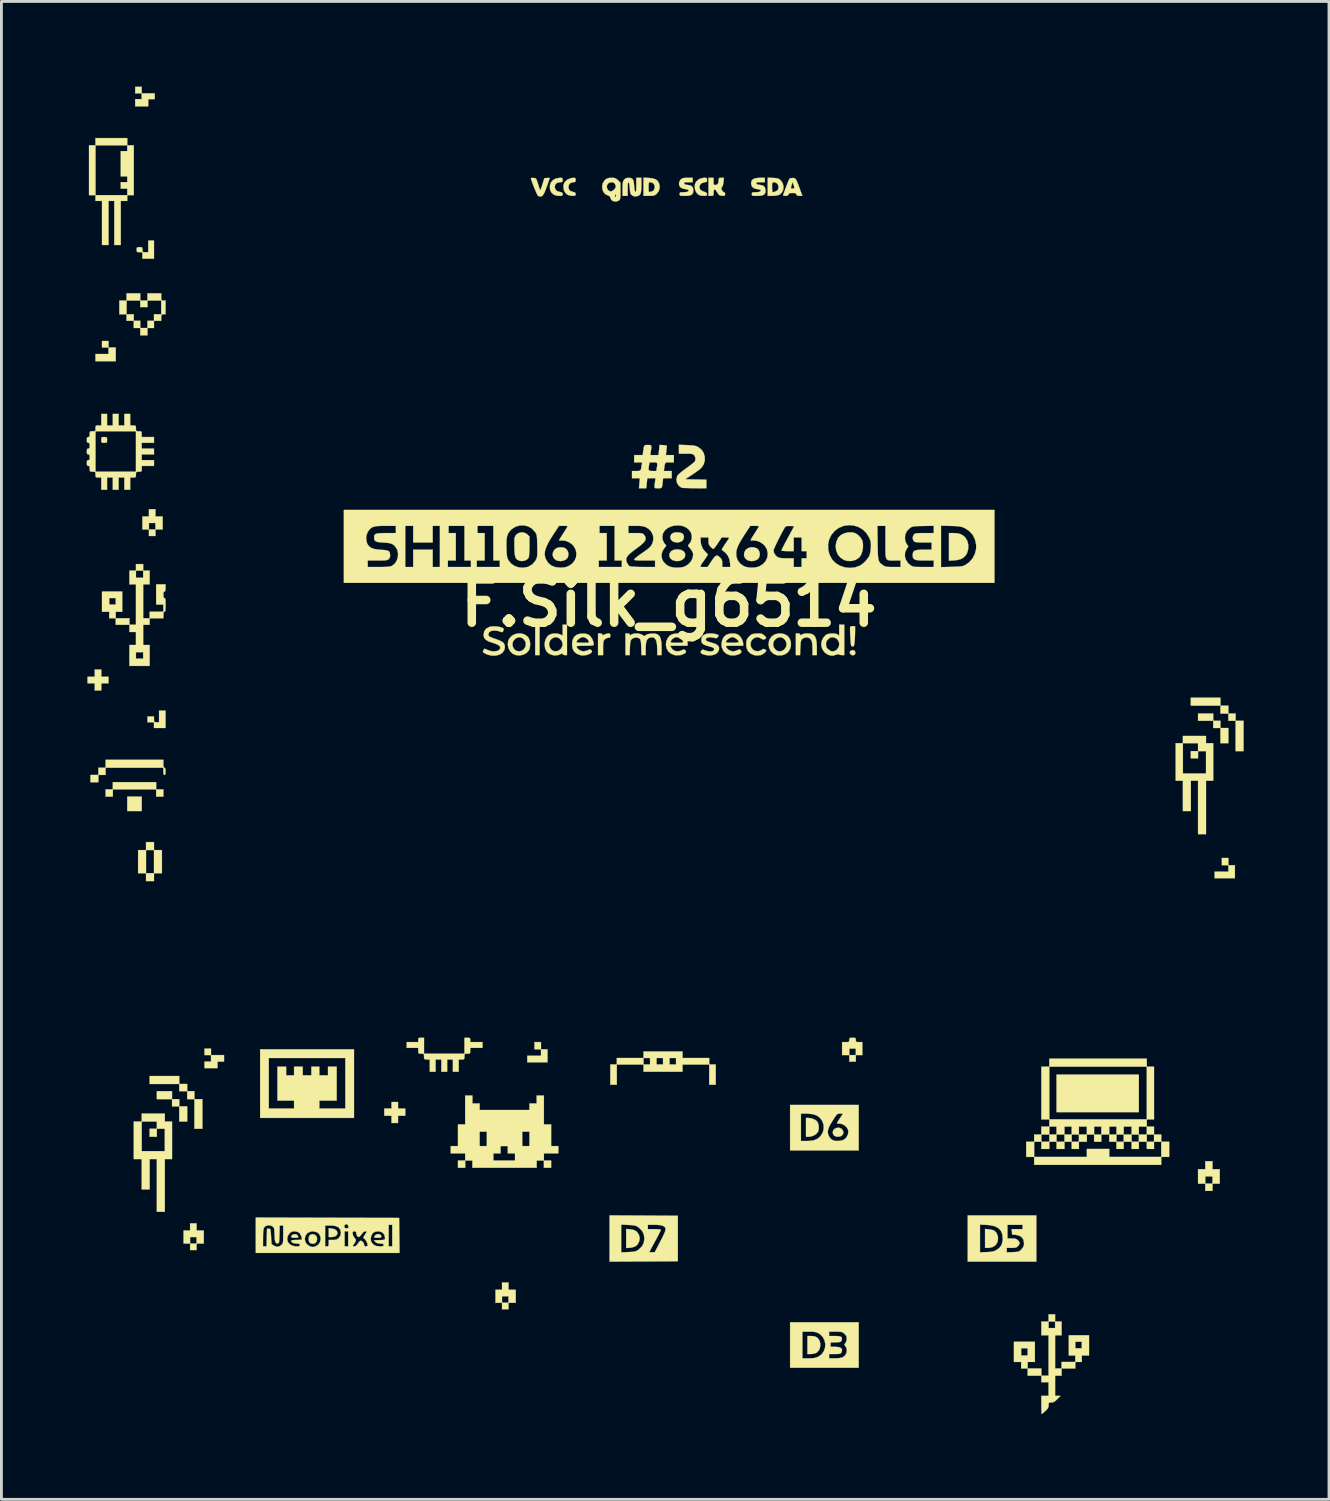
<source format=kicad_pcb>
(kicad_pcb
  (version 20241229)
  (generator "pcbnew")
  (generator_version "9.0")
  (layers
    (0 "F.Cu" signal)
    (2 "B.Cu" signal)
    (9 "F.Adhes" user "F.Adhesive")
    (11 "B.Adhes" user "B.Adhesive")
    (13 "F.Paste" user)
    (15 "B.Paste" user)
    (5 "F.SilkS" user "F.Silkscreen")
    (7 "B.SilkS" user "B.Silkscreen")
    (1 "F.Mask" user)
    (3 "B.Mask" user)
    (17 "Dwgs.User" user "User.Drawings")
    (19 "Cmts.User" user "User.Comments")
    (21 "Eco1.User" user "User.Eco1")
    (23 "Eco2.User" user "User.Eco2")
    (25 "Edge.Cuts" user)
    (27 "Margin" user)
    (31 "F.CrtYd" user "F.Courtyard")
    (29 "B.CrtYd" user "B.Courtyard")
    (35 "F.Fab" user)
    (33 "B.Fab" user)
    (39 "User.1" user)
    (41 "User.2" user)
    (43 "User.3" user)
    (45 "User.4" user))
  (footprint "F.Silk_g6514"
    (layer "F.Cu")
    (at 20.477 18.166)
    (property "Reference" "F.Silk_g6514" (at 0 0 0) (layer "F.SilkS") (effects (font (size 1.524 1.524) (thickness 0.3))))
    (attr through_hole)
    (fp_poly (pts (xy -20.066 6.299) (xy -20.345 6.299) (xy -20.345 6.045) (xy -20.066 6.045) (xy -20.066 6.299)) (stroke (width 0.01) (type solid)) (fill yes) (layer "F.SilkS"))
    (fp_poly (pts (xy -19.812 6.045) (xy -20.066 6.045) (xy -20.066 5.791) (xy -19.812 5.791) (xy -19.812 6.045)) (stroke (width 0.01) (type solid)) (fill yes) (layer "F.SilkS"))
    (fp_poly (pts (xy -19.71 -8.992) (xy -19.939 -8.992) (xy -19.939 -9.22) (xy -19.71 -9.22) (xy -19.71 -8.992)) (stroke (width 0.01) (type solid)) (fill yes) (layer "F.SilkS"))
    (fp_poly (pts (xy -19.558 6.807) (xy -19.812 6.807) (xy -19.812 6.553) (xy -19.558 6.553) (xy -19.558 6.807)) (stroke (width 0.01) (type solid)) (fill yes) (layer "F.SilkS"))
    (fp_poly (pts (xy -18.974 0.762) (xy -19.456 0.762) (xy -19.456 0.533) (xy -18.974 0.533) (xy -18.974 0.762)) (stroke (width 0.01) (type solid)) (fill yes) (layer "F.SilkS"))
    (fp_poly (pts (xy -18.542 -17.932) (xy -18.771 -17.932) (xy -18.771 -18.161) (xy -18.542 -18.161) (xy -18.542 -17.932)) (stroke (width 0.01) (type solid)) (fill yes) (layer "F.SilkS"))
    (fp_poly (pts (xy -18.542 7.315) (xy -19.05 7.315) (xy -19.05 6.807) (xy -18.542 6.807) (xy -18.542 7.315)) (stroke (width 0.01) (type solid)) (fill yes) (layer "F.SilkS"))
    (fp_poly (pts (xy -18.034 6.553) (xy -19.558 6.553) (xy -19.558 6.299) (xy -18.034 6.299) (xy -18.034 6.553)) (stroke (width 0.01) (type solid)) (fill yes) (layer "F.SilkS"))
    (fp_poly (pts (xy -18.009 18.771) (xy -18.263 18.771) (xy -18.263 18.491) (xy -18.009 18.491) (xy -18.009 18.771)) (stroke (width 0.01) (type solid)) (fill yes) (layer "F.SilkS"))
    (fp_poly (pts (xy -17.78 6.807) (xy -18.034 6.807) (xy -18.034 6.553) (xy -17.78 6.553) (xy -17.78 6.807)) (stroke (width 0.01) (type solid)) (fill yes) (layer "F.SilkS"))
    (fp_poly (pts (xy -17.475 17.45) (xy -18.009 17.45) (xy -18.009 17.17) (xy -17.475 17.17) (xy -17.475 17.45)) (stroke (width 0.01) (type solid)) (fill yes) (layer "F.SilkS"))
    (fp_poly (pts (xy -17.221 16.916) (xy -18.263 16.916) (xy -18.263 16.637) (xy -17.221 16.637) (xy -17.221 16.916)) (stroke (width 0.01) (type solid)) (fill yes) (layer "F.SilkS"))
    (fp_poly (pts (xy -17.221 17.704) (xy -17.475 17.704) (xy -17.475 17.45) (xy -17.221 17.45) (xy -17.221 17.704)) (stroke (width 0.01) (type solid)) (fill yes) (layer "F.SilkS"))
    (fp_poly (pts (xy -16.942 17.17) (xy -17.221 17.17) (xy -17.221 16.916) (xy -16.942 16.916) (xy -16.942 17.17)) (stroke (width 0.01) (type solid)) (fill yes) (layer "F.SilkS"))
    (fp_poly (pts (xy -16.942 18.237) (xy -17.221 18.237) (xy -17.221 17.704) (xy -16.942 17.704) (xy -16.942 18.237)) (stroke (width 0.01) (type solid)) (fill yes) (layer "F.SilkS"))
    (fp_poly (pts (xy -16.688 17.45) (xy -16.942 17.45) (xy -16.942 17.17) (xy -16.688 17.17) (xy -16.688 17.45)) (stroke (width 0.01) (type solid)) (fill yes) (layer "F.SilkS"))
    (fp_poly (pts (xy -16.408 18.491) (xy -16.688 18.491) (xy -16.688 17.45) (xy -16.408 17.45) (xy -16.408 18.491)) (stroke (width 0.01) (type solid)) (fill yes) (layer "F.SilkS"))
    (fp_poly (pts (xy -16.104 15.9) (xy -16.332 15.9) (xy -16.332 15.672) (xy -16.104 15.672) (xy -16.104 15.9)) (stroke (width 0.01) (type solid)) (fill yes) (layer "F.SilkS"))
    (fp_poly (pts (xy -7.163 19.863) (xy -7.417 19.863) (xy -7.417 19.609) (xy -7.163 19.609) (xy -7.163 19.863)) (stroke (width 0.01) (type solid)) (fill yes) (layer "F.SilkS"))
    (fp_poly (pts (xy -4.547 1.829) (xy -4.699 1.829) (xy -4.699 0.762) (xy -4.547 0.762) (xy -4.547 1.829)) (stroke (width 0.01) (type solid)) (fill yes) (layer "F.SilkS"))
    (fp_poly (pts (xy -4.496 15.697) (xy -4.724 15.697) (xy -4.724 15.443) (xy -4.496 15.443) (xy -4.496 15.697)) (stroke (width 0.01) (type solid)) (fill yes) (layer "F.SilkS"))
    (fp_poly (pts (xy -4.14 19.863) (xy -4.394 19.863) (xy -4.394 19.609) (xy -4.14 19.609) (xy -4.14 19.863)) (stroke (width 0.01) (type solid)) (fill yes) (layer "F.SilkS"))
    (fp_poly (pts (xy -1.829 16.942) (xy -2.057 16.942) (xy -2.057 16.231) (xy -1.829 16.231) (xy -1.829 16.942)) (stroke (width 0.01) (type solid)) (fill yes) (layer "F.SilkS"))
    (fp_poly (pts (xy 1.651 16.942) (xy 1.422 16.942) (xy 1.422 16.231) (xy 1.651 16.231) (xy 1.651 16.942)) (stroke (width 0.01) (type solid)) (fill yes) (layer "F.SilkS"))
    (fp_poly (pts (xy 12.852 19.482) (xy 12.573 19.482) (xy 12.573 18.948) (xy 12.852 18.948) (xy 12.852 19.482)) (stroke (width 0.01) (type solid)) (fill yes) (layer "F.SilkS"))
    (fp_poly (pts (xy 13.106 18.948) (xy 12.852 18.948) (xy 12.852 18.694) (xy 13.106 18.694) (xy 13.106 18.948)) (stroke (width 0.01) (type solid)) (fill yes) (layer "F.SilkS"))
    (fp_poly (pts (xy 13.106 27.178) (xy 12.624 27.178) (xy 12.624 26.924) (xy 13.106 26.924) (xy 13.106 27.178)) (stroke (width 0.01) (type solid)) (fill yes) (layer "F.SilkS"))
    (fp_poly (pts (xy 13.386 18.694) (xy 13.106 18.694) (xy 13.106 18.415) (xy 13.386 18.415) (xy 13.386 18.694)) (stroke (width 0.01) (type solid)) (fill yes) (layer "F.SilkS"))
    (fp_poly (pts (xy 13.386 19.202) (xy 13.106 19.202) (xy 13.106 18.948) (xy 13.386 18.948) (xy 13.386 19.202)) (stroke (width 0.01) (type solid)) (fill yes) (layer "F.SilkS"))
    (fp_poly (pts (xy 13.64 18.948) (xy 13.386 18.948) (xy 13.386 18.694) (xy 13.64 18.694) (xy 13.64 18.948)) (stroke (width 0.01) (type solid)) (fill yes) (layer "F.SilkS"))
    (fp_poly (pts (xy 13.919 19.202) (xy 13.64 19.202) (xy 13.64 18.948) (xy 13.919 18.948) (xy 13.919 19.202)) (stroke (width 0.01) (type solid)) (fill yes) (layer "F.SilkS"))
    (fp_poly (pts (xy 14.173 18.948) (xy 13.919 18.948) (xy 13.919 18.694) (xy 14.173 18.694) (xy 14.173 18.948)) (stroke (width 0.01) (type solid)) (fill yes) (layer "F.SilkS"))
    (fp_poly (pts (xy 14.3 26.924) (xy 13.818 26.924) (xy 13.818 26.695) (xy 14.3 26.695) (xy 14.3 26.924)) (stroke (width 0.01) (type solid)) (fill yes) (layer "F.SilkS"))
    (fp_poly (pts (xy 14.427 19.202) (xy 14.173 19.202) (xy 14.173 18.948) (xy 14.427 18.948) (xy 14.427 19.202)) (stroke (width 0.01) (type solid)) (fill yes) (layer "F.SilkS"))
    (fp_poly (pts (xy 14.707 18.948) (xy 14.427 18.948) (xy 14.427 18.694) (xy 14.707 18.694) (xy 14.707 18.948)) (stroke (width 0.01) (type solid)) (fill yes) (layer "F.SilkS"))
    (fp_poly (pts (xy 15.215 18.948) (xy 14.961 18.948) (xy 14.961 18.694) (xy 15.215 18.694) (xy 15.215 18.948)) (stroke (width 0.01) (type solid)) (fill yes) (layer "F.SilkS"))
    (fp_poly (pts (xy 15.748 18.948) (xy 15.494 18.948) (xy 15.494 18.694) (xy 15.748 18.694) (xy 15.748 18.948)) (stroke (width 0.01) (type solid)) (fill yes) (layer "F.SilkS"))
    (fp_poly (pts (xy 16.002 19.202) (xy 15.748 19.202) (xy 15.748 18.948) (xy 16.002 18.948) (xy 16.002 19.202)) (stroke (width 0.01) (type solid)) (fill yes) (layer "F.SilkS"))
    (fp_poly (pts (xy 16.281 18.948) (xy 16.002 18.948) (xy 16.002 18.694) (xy 16.281 18.694) (xy 16.281 18.948)) (stroke (width 0.01) (type solid)) (fill yes) (layer "F.SilkS"))
    (fp_poly (pts (xy 16.535 17.907) (xy 13.64 17.907) (xy 13.64 16.586) (xy 16.535 16.586) (xy 16.535 17.907)) (stroke (width 0.01) (type solid)) (fill yes) (layer "F.SilkS"))
    (fp_poly (pts (xy 16.535 19.202) (xy 16.281 19.202) (xy 16.281 18.948) (xy 16.535 18.948) (xy 16.535 19.202)) (stroke (width 0.01) (type solid)) (fill yes) (layer "F.SilkS"))
    (fp_poly (pts (xy 16.815 18.948) (xy 16.535 18.948) (xy 16.535 18.694) (xy 16.815 18.694) (xy 16.815 18.948)) (stroke (width 0.01) (type solid)) (fill yes) (layer "F.SilkS"))
    (fp_poly (pts (xy 17.069 18.694) (xy 16.815 18.694) (xy 16.815 18.415) (xy 17.069 18.415) (xy 17.069 18.694)) (stroke (width 0.01) (type solid)) (fill yes) (layer "F.SilkS"))
    (fp_poly (pts (xy 17.069 19.202) (xy 16.815 19.202) (xy 16.815 18.948) (xy 17.069 18.948) (xy 17.069 19.202)) (stroke (width 0.01) (type solid)) (fill yes) (layer "F.SilkS"))
    (fp_poly (pts (xy 17.323 18.948) (xy 17.069 18.948) (xy 17.069 18.694) (xy 17.323 18.694) (xy 17.323 18.948)) (stroke (width 0.01) (type solid)) (fill yes) (layer "F.SilkS"))
    (fp_poly (pts (xy 17.602 19.482) (xy 17.323 19.482) (xy 17.323 18.948) (xy 17.602 18.948) (xy 17.602 19.482)) (stroke (width 0.01) (type solid)) (fill yes) (layer "F.SilkS"))
    (fp_poly (pts (xy 18.618 5.461) (xy 18.364 5.461) (xy 18.364 5.207) (xy 18.618 5.207) (xy 18.618 5.461)) (stroke (width 0.01) (type solid)) (fill yes) (layer "F.SilkS"))
    (fp_poly (pts (xy 19.152 4.14) (xy 18.618 4.14) (xy 18.618 3.886) (xy 19.152 3.886) (xy 19.152 4.14)) (stroke (width 0.01) (type solid)) (fill yes) (layer "F.SilkS"))
    (fp_poly (pts (xy 19.406 3.607) (xy 18.364 3.607) (xy 18.364 3.327) (xy 19.406 3.327) (xy 19.406 3.607)) (stroke (width 0.01) (type solid)) (fill yes) (layer "F.SilkS"))
    (fp_poly (pts (xy 19.406 4.394) (xy 19.152 4.394) (xy 19.152 4.14) (xy 19.406 4.14) (xy 19.406 4.394)) (stroke (width 0.01) (type solid)) (fill yes) (layer "F.SilkS"))
    (fp_poly (pts (xy 19.685 3.886) (xy 19.406 3.886) (xy 19.406 3.607) (xy 19.685 3.607) (xy 19.685 3.886)) (stroke (width 0.01) (type solid)) (fill yes) (layer "F.SilkS"))
    (fp_poly (pts (xy 19.685 4.928) (xy 19.406 4.928) (xy 19.406 4.394) (xy 19.685 4.394) (xy 19.685 4.928)) (stroke (width 0.01) (type solid)) (fill yes) (layer "F.SilkS"))
    (fp_poly (pts (xy 19.685 9.22) (xy 19.456 9.22) (xy 19.456 8.966) (xy 19.685 8.966) (xy 19.685 9.22)) (stroke (width 0.01) (type solid)) (fill yes) (layer "F.SilkS"))
    (fp_poly (pts (xy 19.939 4.14) (xy 19.685 4.14) (xy 19.685 3.886) (xy 19.939 3.886) (xy 19.939 4.14)) (stroke (width 0.01) (type solid)) (fill yes) (layer "F.SilkS"))
    (fp_poly (pts (xy 20.218 5.207) (xy 19.939 5.207) (xy 19.939 4.14) (xy 20.218 4.14) (xy 20.218 5.207)) (stroke (width 0.01) (type solid)) (fill yes) (layer "F.SilkS"))
    (fp_poly (pts (xy -19.456 -8.509) (xy -20.168 -8.509) (xy -20.168 -8.763) (xy -19.71 -8.763) (xy -19.71 -8.992) (xy -19.456 -8.992) (xy -19.456 -8.509)) (stroke (width 0.01) (type solid)) (fill yes) (layer "F.SilkS"))
    (fp_poly (pts (xy -4.267 16.154) (xy -4.978 16.154) (xy -4.978 15.926) (xy -4.496 15.926) (xy -4.496 15.697) (xy -4.267 15.697) (xy -4.267 16.154)) (stroke (width 0.01) (type solid)) (fill yes) (layer "F.SilkS"))
    (fp_poly (pts (xy 19.914 9.677) (xy 19.202 9.677) (xy 19.202 9.449) (xy 19.685 9.449) (xy 19.685 9.22) (xy 19.914 9.22) (xy 19.914 9.677)) (stroke (width 0.01) (type solid)) (fill yes) (layer "F.SilkS"))
    (fp_poly (pts (xy -18.085 -17.729) (xy -18.313 -17.729) (xy -18.313 -17.475) (xy -18.771 -17.475) (xy -18.771 -17.729) (xy -18.542 -17.729) (xy -18.542 -17.932) (xy -18.085 -17.932) (xy -18.085 -17.729)) (stroke (width 0.01) (type solid)) (fill yes) (layer "F.SilkS"))
    (fp_poly (pts (xy -15.646 16.129) (xy -15.875 16.129) (xy -15.875 16.358) (xy -16.332 16.358) (xy -16.332 16.129) (xy -16.104 16.129) (xy -16.104 15.9) (xy -15.646 15.9) (xy -15.646 16.129)) (stroke (width 0.01) (type solid)) (fill yes) (layer "F.SilkS"))
    (fp_poly (pts (xy 15.494 19.482) (xy 17.323 19.482) (xy 17.323 19.761) (xy 12.852 19.761) (xy 12.852 19.482) (xy 14.707 19.482) (xy 14.707 19.202) (xy 15.494 19.202) (xy 15.494 19.482)) (stroke (width 0.01) (type solid)) (fill yes) (layer "F.SilkS"))
    (fp_poly (pts (xy -11.844 22.003) (xy -11.744 22.031) (xy -11.681 22.082) (xy -11.655 22.144) (xy -11.665 22.208) (xy -11.711 22.261) (xy -11.793 22.295) (xy -11.857 22.301) (xy -11.963 22.301) (xy -11.963 21.99) (xy -11.844 22.003)) (stroke (width 0.01) (type solid)) (fill yes) (layer "F.SilkS"))
    (fp_poly (pts (xy -19.964 2.591) (xy -19.71 2.591) (xy -19.71 2.819) (xy -19.964 2.819) (xy -19.964 3.073) (xy -20.193 3.073) (xy -20.193 2.819) (xy -20.447 2.819) (xy -20.447 2.591) (xy -20.193 2.591) (xy -20.193 2.337) (xy -19.964 2.337) (xy -19.964 2.591)) (stroke (width 0.01) (type solid)) (fill yes) (layer "F.SilkS"))
    (fp_poly (pts (xy -13.087 22.216) (xy -13.056 22.249) (xy -13.036 22.293) (xy -13.041 22.316) (xy -13.08 22.325) (xy -13.157 22.327) (xy -13.242 22.321) (xy -13.281 22.304) (xy -13.284 22.294) (xy -13.263 22.241) (xy -13.211 22.209) (xy -13.147 22.199) (xy -13.087 22.216)) (stroke (width 0.01) (type solid)) (fill yes) (layer "F.SilkS"))
    (fp_poly (pts (xy -9.525 17.78) (xy -9.271 17.78) (xy -9.271 18.034) (xy -9.525 18.034) (xy -9.525 18.288) (xy -9.754 18.288) (xy -9.754 18.034) (xy -10.008 18.034) (xy -10.008 17.78) (xy -9.754 17.78) (xy -9.754 17.551) (xy -9.525 17.551) (xy -9.525 17.78)) (stroke (width 0.01) (type solid)) (fill yes) (layer "F.SilkS"))
    (fp_poly (pts (xy 6.534 1.675) (xy 6.549 1.693) (xy 6.565 1.758) (xy 6.543 1.809) (xy 6.497 1.836) (xy 6.438 1.829) (xy 6.398 1.801) (xy 6.365 1.754) (xy 6.372 1.709) (xy 6.376 1.701) (xy 6.42 1.662) (xy 6.48 1.653) (xy 6.534 1.675)) (stroke (width 0.01) (type solid)) (fill yes) (layer "F.SilkS"))
    (fp_poly (pts (xy -17.704 4.394) (xy -18.11 4.394) (xy -18.11 4.191) (xy -18.339 4.191) (xy -18.339 3.988) (xy -18.11 3.988) (xy -18.11 4.089) (xy -18.108 4.154) (xy -18.091 4.183) (xy -18.048 4.191) (xy -18.021 4.191) (xy -17.932 4.191) (xy -17.932 3.785) (xy -17.704 3.785) (xy -17.704 4.394)) (stroke (width 0.01) (type solid)) (fill yes) (layer "F.SilkS"))
    (fp_poly (pts (xy -12.444 22.222) (xy -12.389 22.282) (xy -12.37 22.368) (xy -12.39 22.458) (xy -12.443 22.518) (xy -12.518 22.54) (xy -12.603 22.52) (xy -12.645 22.484) (xy -12.666 22.422) (xy -12.67 22.386) (xy -12.661 22.287) (xy -12.617 22.225) (xy -12.539 22.2) (xy -12.524 22.2) (xy -12.444 22.222)) (stroke (width 0.01) (type solid)) (fill yes) (layer "F.SilkS"))
    (fp_poly (pts (xy -10.171 22.205) (xy -10.129 22.232) (xy -10.125 22.24) (xy -10.112 22.289) (xy -10.127 22.315) (xy -10.178 22.325) (xy -10.236 22.327) (xy -10.309 22.324) (xy -10.355 22.317) (xy -10.363 22.312) (xy -10.353 22.281) (xy -10.337 22.249) (xy -10.296 22.214) (xy -10.233 22.199) (xy -10.171 22.205)) (stroke (width 0.01) (type solid)) (fill yes) (layer "F.SilkS"))
    (fp_poly (pts (xy -1.358 22.027) (xy -1.223 22.054) (xy -1.127 22.111) (xy -1.063 22.201) (xy -1.045 22.246) (xy -1.025 22.328) (xy -1.029 22.398) (xy -1.045 22.458) (xy -1.099 22.563) (xy -1.182 22.632) (xy -1.301 22.67) (xy -1.358 22.677) (xy -1.499 22.688) (xy -1.499 22.016) (xy -1.358 22.027)) (stroke (width 0.01) (type solid)) (fill yes) (layer "F.SilkS"))
    (fp_poly (pts (xy 11.262 22.029) (xy 11.349 22.043) (xy 11.423 22.063) (xy 11.449 22.075) (xy 11.523 22.149) (xy 11.57 22.254) (xy 11.582 22.352) (xy 11.561 22.481) (xy 11.499 22.581) (xy 11.401 22.649) (xy 11.272 22.68) (xy 11.229 22.682) (xy 11.125 22.682) (xy 11.125 22.015) (xy 11.262 22.029)) (stroke (width 0.01) (type solid)) (fill yes) (layer "F.SilkS"))
    (fp_poly (pts (xy -19.228 0.305) (xy -19.456 0.305) (xy -19.456 0.533) (xy -19.685 0.533) (xy -19.685 0.305) (xy -19.939 0.305) (xy -19.939 -0.178) (xy -19.685 -0.178) (xy -19.685 0.051) (xy -19.456 0.051) (xy -19.456 -0.178) (xy -19.685 -0.178) (xy -19.939 -0.178) (xy -19.939 -0.406) (xy -19.228 -0.406) (xy -19.228 0.305)) (stroke (width 0.01) (type solid)) (fill yes) (layer "F.SilkS"))
    (fp_poly (pts (xy 5.037 18.129) (xy 5.149 18.178) (xy 5.217 18.233) (xy 5.254 18.304) (xy 5.274 18.4) (xy 5.275 18.502) (xy 5.256 18.585) (xy 5.252 18.592) (xy 5.181 18.678) (xy 5.077 18.741) (xy 4.96 18.77) (xy 4.937 18.771) (xy 4.826 18.771) (xy 4.826 18.11) (xy 4.916 18.11) (xy 5.037 18.129)) (stroke (width 0.01) (type solid)) (fill yes) (layer "F.SilkS"))
    (fp_poly (pts (xy 5.133 25.794) (xy 5.222 25.838) (xy 5.287 25.917) (xy 5.296 25.934) (xy 5.329 26.042) (xy 5.326 26.157) (xy 5.291 26.264) (xy 5.227 26.348) (xy 5.185 26.376) (xy 5.11 26.401) (xy 5.018 26.415) (xy 4.992 26.416) (xy 4.877 26.416) (xy 4.877 25.781) (xy 5.011 25.781) (xy 5.133 25.794)) (stroke (width 0.01) (type solid)) (fill yes) (layer "F.SilkS"))
    (fp_poly (pts (xy 12.878 26.695) (xy 12.624 26.695) (xy 12.624 26.924) (xy 12.395 26.924) (xy 12.395 26.695) (xy 12.141 26.695) (xy 12.141 26.213) (xy 12.395 26.213) (xy 12.395 26.467) (xy 12.624 26.467) (xy 12.624 26.213) (xy 12.395 26.213) (xy 12.141 26.213) (xy 12.141 25.984) (xy 12.878 25.984) (xy 12.878 26.695)) (stroke (width 0.01) (type solid)) (fill yes) (layer "F.SilkS"))
    (fp_poly (pts (xy 14.783 26.467) (xy 14.529 26.467) (xy 14.529 26.695) (xy 14.3 26.695) (xy 14.3 26.467) (xy 14.072 26.467) (xy 14.072 25.984) (xy 14.3 25.984) (xy 14.3 26.213) (xy 14.529 26.213) (xy 14.529 25.984) (xy 14.3 25.984) (xy 14.072 25.984) (xy 14.072 25.756) (xy 14.783 25.756) (xy 14.783 26.467)) (stroke (width 0.01) (type solid)) (fill yes) (layer "F.SilkS"))
    (fp_poly (pts (xy -19.798 -5.84) (xy -19.769 -5.822) (xy -19.761 -5.776) (xy -19.761 -5.74) (xy -19.764 -5.675) (xy -19.781 -5.646) (xy -19.827 -5.639) (xy -19.863 -5.639) (xy -19.928 -5.641) (xy -19.957 -5.658) (xy -19.964 -5.705) (xy -19.964 -5.74) (xy -19.962 -5.805) (xy -19.945 -5.834) (xy -19.898 -5.842) (xy -19.863 -5.842) (xy -19.798 -5.84)) (stroke (width 0.01) (type solid)) (fill yes) (layer "F.SilkS"))
    (fp_poly (pts (xy -17.831 8.687) (xy -17.831 9.5) (xy -18.11 9.5) (xy -18.11 9.779) (xy -18.39 9.779) (xy -18.39 9.5) (xy -18.669 9.5) (xy -18.669 8.687) (xy -18.39 8.687) (xy -18.39 9.5) (xy -18.11 9.5) (xy -18.11 8.687) (xy -18.39 8.687) (xy -18.39 8.407) (xy -18.11 8.407) (xy -18.11 8.687) (xy -17.831 8.687)) (stroke (width 0.01) (type solid)) (fill yes) (layer "F.SilkS"))
    (fp_poly (pts (xy 6.074 18.49) (xy 6.099 18.514) (xy 6.141 18.59) (xy 6.135 18.664) (xy 6.107 18.714) (xy 6.051 18.755) (xy 5.97 18.773) (xy 5.886 18.766) (xy 5.817 18.733) (xy 5.808 18.724) (xy 5.774 18.662) (xy 5.766 18.614) (xy 5.788 18.541) (xy 5.843 18.487) (xy 5.919 18.458) (xy 6.001 18.458) (xy 6.074 18.49)) (stroke (width 0.01) (type solid)) (fill yes) (layer "F.SilkS"))
    (fp_poly (pts (xy 10.17 -2.453) (xy 10.286 -2.419) (xy 10.382 -2.354) (xy 10.432 -2.304) (xy 10.501 -2.189) (xy 10.535 -2.052) (xy 10.533 -1.907) (xy 10.495 -1.768) (xy 10.456 -1.697) (xy 10.376 -1.607) (xy 10.272 -1.548) (xy 10.136 -1.513) (xy 10.043 -1.504) (xy 9.855 -1.492) (xy 9.855 -2.464) (xy 10.021 -2.464) (xy 10.17 -2.453)) (stroke (width 0.01) (type solid)) (fill yes) (layer "F.SilkS"))
    (fp_poly (pts (xy -19.812 5.512) (xy -17.78 5.512) (xy -17.78 5.652) (xy -17.777 5.736) (xy -17.765 5.779) (xy -17.742 5.791) (xy -17.718 5.805) (xy -17.706 5.852) (xy -17.704 5.918) (xy -17.708 5.998) (xy -17.722 6.037) (xy -17.742 6.045) (xy -17.766 6.032) (xy -17.778 5.985) (xy -17.78 5.918) (xy -17.78 5.791) (xy -19.812 5.791) (xy -19.812 5.512)) (stroke (width 0.01) (type solid)) (fill yes) (layer "F.SilkS"))
    (fp_poly (pts (xy 0.411 -2.477) (xy 0.49 -2.439) (xy 0.528 -2.373) (xy 0.533 -2.325) (xy 0.511 -2.236) (xy 0.448 -2.172) (xy 0.351 -2.138) (xy 0.292 -2.134) (xy 0.177 -2.153) (xy 0.118 -2.186) (xy 0.063 -2.257) (xy 0.053 -2.339) (xy 0.087 -2.417) (xy 0.106 -2.437) (xy 0.165 -2.473) (xy 0.249 -2.488) (xy 0.291 -2.489) (xy 0.411 -2.477)) (stroke (width 0.01) (type solid)) (fill yes) (layer "F.SilkS"))
    (fp_poly (pts (xy -18.059 -3.048) (xy -17.805 -3.048) (xy -17.805 -2.591) (xy -18.059 -2.591) (xy -18.059 -2.362) (xy -18.288 -2.362) (xy -18.288 -2.591) (xy -18.517 -2.591) (xy -18.517 -2.819) (xy -18.288 -2.819) (xy -18.288 -2.591) (xy -18.059 -2.591) (xy -18.059 -2.819) (xy -18.288 -2.819) (xy -18.517 -2.819) (xy -18.517 -3.048) (xy -18.288 -3.048) (xy -18.288 -3.302) (xy -18.059 -3.302) (xy -18.059 -3.048)) (stroke (width 0.01) (type solid)) (fill yes) (layer "F.SilkS"))
    (fp_poly (pts (xy -16.612 22.073) (xy -16.358 22.073) (xy -16.358 22.53) (xy -16.612 22.53) (xy -16.612 22.758) (xy -16.84 22.758) (xy -16.84 22.53) (xy -17.069 22.53) (xy -17.069 22.301) (xy -16.84 22.301) (xy -16.84 22.53) (xy -16.612 22.53) (xy -16.612 22.301) (xy -16.84 22.301) (xy -17.069 22.301) (xy -17.069 22.073) (xy -16.84 22.073) (xy -16.84 21.819) (xy -16.612 21.819) (xy -16.612 22.073)) (stroke (width 0.01) (type solid)) (fill yes) (layer "F.SilkS"))
    (fp_poly (pts (xy -5.639 24.155) (xy -5.385 24.155) (xy -5.385 24.613) (xy -5.639 24.613) (xy -5.639 24.841) (xy -5.867 24.841) (xy -5.867 24.613) (xy -6.096 24.613) (xy -6.096 24.384) (xy -5.867 24.384) (xy -5.867 24.613) (xy -5.639 24.613) (xy -5.639 24.384) (xy -5.867 24.384) (xy -6.096 24.384) (xy -6.096 24.155) (xy -5.867 24.155) (xy -5.867 23.901) (xy -5.639 23.901) (xy -5.639 24.155)) (stroke (width 0.01) (type solid)) (fill yes) (layer "F.SilkS"))
    (fp_poly (pts (xy -3.726 -1.96) (xy -3.643 -1.932) (xy -3.579 -1.869) (xy -3.539 -1.783) (xy -3.531 -1.687) (xy -3.557 -1.599) (xy -3.619 -1.533) (xy -3.711 -1.491) (xy -3.818 -1.477) (xy -3.925 -1.494) (xy -3.97 -1.514) (xy -4.046 -1.58) (xy -4.084 -1.669) (xy -4.08 -1.766) (xy -4.035 -1.86) (xy -4.02 -1.878) (xy -3.961 -1.927) (xy -3.892 -1.954) (xy -3.797 -1.962) (xy -3.726 -1.96)) (stroke (width 0.01) (type solid)) (fill yes) (layer "F.SilkS"))
    (fp_poly (pts (xy 0.306 -1.89) (xy 0.426 -1.873) (xy 0.517 -1.826) (xy 0.569 -1.755) (xy 0.574 -1.738) (xy 0.574 -1.649) (xy 0.534 -1.574) (xy 0.461 -1.517) (xy 0.367 -1.483) (xy 0.259 -1.478) (xy 0.146 -1.506) (xy 0.139 -1.509) (xy 0.059 -1.567) (xy 0.02 -1.648) (xy 0.025 -1.742) (xy 0.028 -1.748) (xy 0.081 -1.827) (xy 0.172 -1.875) (xy 0.301 -1.891) (xy 0.306 -1.89)) (stroke (width 0.01) (type solid)) (fill yes) (layer "F.SilkS"))
    (fp_poly (pts (xy 3.013 -1.958) (xy 3.109 -1.918) (xy 3.138 -1.893) (xy 3.186 -1.813) (xy 3.202 -1.714) (xy 3.182 -1.616) (xy 3.174 -1.599) (xy 3.112 -1.533) (xy 3.02 -1.491) (xy 2.913 -1.477) (xy 2.806 -1.494) (xy 2.761 -1.514) (xy 2.685 -1.58) (xy 2.647 -1.669) (xy 2.651 -1.766) (xy 2.696 -1.86) (xy 2.711 -1.878) (xy 2.797 -1.938) (xy 2.904 -1.965) (xy 3.013 -1.958)) (stroke (width 0.01) (type solid)) (fill yes) (layer "F.SilkS"))
    (fp_poly (pts (xy 19.126 19.914) (xy 19.38 19.914) (xy 19.38 20.422) (xy 19.126 20.422) (xy 19.126 20.676) (xy 18.872 20.676) (xy 18.872 20.422) (xy 18.618 20.422) (xy 18.618 20.168) (xy 18.872 20.168) (xy 18.872 20.422) (xy 19.126 20.422) (xy 19.126 20.168) (xy 18.872 20.168) (xy 18.618 20.168) (xy 18.618 19.914) (xy 18.872 19.914) (xy 18.872 19.634) (xy 19.126 19.634) (xy 19.126 19.914)) (stroke (width 0.01) (type solid)) (fill yes) (layer "F.SilkS"))
    (fp_poly (pts (xy -17.729 18.237) (xy -17.475 18.237) (xy -17.475 19.558) (xy -17.729 19.558) (xy -17.729 21.412) (xy -18.009 21.412) (xy -18.009 19.558) (xy -18.263 19.558) (xy -18.263 20.625) (xy -18.542 20.625) (xy -18.542 19.558) (xy -18.821 19.558) (xy -18.821 18.237) (xy -18.542 18.237) (xy -18.542 19.279) (xy -17.729 19.279) (xy -17.729 18.491) (xy -18.009 18.491) (xy -18.009 18.237) (xy -18.542 18.237) (xy -18.542 17.958) (xy -17.729 17.958) (xy -17.729 18.237)) (stroke (width 0.01) (type solid)) (fill yes) (layer "F.SilkS"))
    (fp_poly (pts (xy 18.898 4.928) (xy 19.152 4.928) (xy 19.152 6.248) (xy 18.898 6.248) (xy 18.898 8.128) (xy 18.618 8.128) (xy 18.618 6.248) (xy 18.364 6.248) (xy 18.364 7.315) (xy 18.085 7.315) (xy 18.085 6.248) (xy 17.831 6.248) (xy 17.831 4.928) (xy 18.085 4.928) (xy 18.085 5.994) (xy 18.898 5.994) (xy 18.898 5.207) (xy 18.618 5.207) (xy 18.618 4.928) (xy 18.085 4.928) (xy 18.085 4.674) (xy 18.898 4.674) (xy 18.898 4.928)) (stroke (width 0.01) (type solid)) (fill yes) (layer "F.SilkS"))
    (fp_poly (pts (xy -18.11 -12.116) (xy -18.517 -12.116) (xy -18.517 -12.344) (xy -18.618 -12.344) (xy -18.683 -12.347) (xy -18.712 -12.364) (xy -18.72 -12.407) (xy -18.72 -12.433) (xy -18.717 -12.49) (xy -18.698 -12.516) (xy -18.648 -12.522) (xy -18.618 -12.522) (xy -18.553 -12.52) (xy -18.524 -12.503) (xy -18.517 -12.46) (xy -18.517 -12.433) (xy -18.514 -12.376) (xy -18.495 -12.351) (xy -18.445 -12.345) (xy -18.415 -12.344) (xy -18.313 -12.344) (xy -18.313 -12.751) (xy -18.11 -12.751) (xy -18.11 -12.116)) (stroke (width 0.01) (type solid)) (fill yes) (layer "F.SilkS"))
    (fp_poly (pts (xy -2.353 1.078) (xy -2.337 1.106) (xy -2.332 1.129) (xy -2.308 1.127) (xy -2.262 1.106) (xy -2.188 1.078) (xy -2.122 1.067) (xy -2.076 1.075) (xy -2.059 1.109) (xy -2.057 1.143) (xy -2.064 1.197) (xy -2.093 1.217) (xy -2.129 1.219) (xy -2.205 1.24) (xy -2.256 1.278) (xy -2.282 1.311) (xy -2.299 1.352) (xy -2.307 1.411) (xy -2.311 1.502) (xy -2.311 1.583) (xy -2.311 1.829) (xy -2.489 1.829) (xy -2.489 1.067) (xy -2.413 1.067) (xy -2.353 1.078)) (stroke (width 0.01) (type solid)) (fill yes) (layer "F.SilkS"))
    (fp_poly (pts (xy 6.553 0.997) (xy 6.55 1.123) (xy 6.544 1.26) (xy 6.537 1.353) (xy 6.526 1.444) (xy 6.514 1.496) (xy 6.496 1.519) (xy 6.466 1.524) (xy 6.464 1.524) (xy 6.439 1.521) (xy 6.421 1.505) (xy 6.41 1.467) (xy 6.401 1.398) (xy 6.393 1.289) (xy 6.392 1.276) (xy 6.385 1.155) (xy 6.379 1.04) (xy 6.376 0.949) (xy 6.376 0.921) (xy 6.378 0.853) (xy 6.392 0.822) (xy 6.431 0.813) (xy 6.464 0.813) (xy 6.553 0.813) (xy 6.553 0.997)) (stroke (width 0.01) (type solid)) (fill yes) (layer "F.SilkS"))
    (fp_poly (pts (xy -5.103 -2.484) (xy -5.008 -2.442) (xy -4.976 -2.415) (xy -4.902 -2.341) (xy -4.902 -1.994) (xy -4.904 -1.863) (xy -4.909 -1.747) (xy -4.917 -1.657) (xy -4.926 -1.604) (xy -4.928 -1.599) (xy -4.99 -1.532) (xy -5.082 -1.49) (xy -5.185 -1.479) (xy -5.271 -1.497) (xy -5.33 -1.528) (xy -5.373 -1.57) (xy -5.401 -1.631) (xy -5.419 -1.72) (xy -5.428 -1.847) (xy -5.431 -1.935) (xy -5.433 -2.061) (xy -5.433 -2.172) (xy -5.429 -2.258) (xy -5.424 -2.303) (xy -5.378 -2.395) (xy -5.301 -2.457) (xy -5.205 -2.488) (xy -5.103 -2.484)) (stroke (width 0.01) (type solid)) (fill yes) (layer "F.SilkS"))
    (fp_poly (pts (xy 6.557 -2.461) (xy 6.574 -2.453) (xy 6.666 -2.388) (xy 6.749 -2.299) (xy 6.804 -2.207) (xy 6.806 -2.202) (xy 6.831 -2.082) (xy 6.83 -1.945) (xy 6.804 -1.809) (xy 6.758 -1.688) (xy 6.693 -1.599) (xy 6.689 -1.595) (xy 6.567 -1.518) (xy 6.424 -1.481) (xy 6.275 -1.485) (xy 6.158 -1.521) (xy 6.035 -1.603) (xy 5.944 -1.716) (xy 5.889 -1.85) (xy 5.87 -1.997) (xy 5.892 -2.146) (xy 5.954 -2.289) (xy 5.974 -2.318) (xy 6.058 -2.397) (xy 6.174 -2.455) (xy 6.306 -2.487) (xy 6.439 -2.49) (xy 6.557 -2.461)) (stroke (width 0.01) (type solid)) (fill yes) (layer "F.SilkS"))
    (fp_poly (pts (xy -1.829 16.002) (xy -0.889 16.002) (xy -0.889 16.231) (xy -0.66 16.231) (xy -0.66 16.002) (xy -0.432 16.002) (xy -0.432 16.231) (xy -0.203 16.231) (xy -0.203 16.002) (xy 0.025 16.002) (xy 0.025 16.231) (xy 0.254 16.231) (xy 0.254 16.002) (xy 0.025 16.002) (xy -0.203 16.002) (xy -0.432 16.002) (xy -0.66 16.002) (xy -0.889 16.002) (xy -0.889 15.773) (xy 0.483 15.773) (xy 0.483 16.002) (xy 1.422 16.002) (xy 1.422 16.231) (xy 0.483 16.231) (xy 0.483 16.485) (xy -0.889 16.485) (xy -0.889 16.231) (xy -1.829 16.231) (xy -1.829 16.002)) (stroke (width 0.01) (type solid)) (fill yes) (layer "F.SilkS"))
    (fp_poly (pts (xy -3.763 -14.956) (xy -3.739 -14.935) (xy -3.734 -14.884) (xy -3.739 -14.832) (xy -3.766 -14.811) (xy -3.817 -14.808) (xy -3.918 -14.79) (xy -3.985 -14.739) (xy -4.013 -14.66) (xy -4.013 -14.646) (xy -3.992 -14.556) (xy -3.928 -14.494) (xy -3.826 -14.461) (xy -3.763 -14.445) (xy -3.737 -14.416) (xy -3.734 -14.386) (xy -3.739 -14.349) (xy -3.762 -14.332) (xy -3.818 -14.326) (xy -3.854 -14.326) (xy -3.966 -14.339) (xy -4.053 -14.373) (xy -4.136 -14.452) (xy -4.18 -14.559) (xy -4.184 -14.684) (xy -4.145 -14.799) (xy -4.067 -14.887) (xy -3.956 -14.942) (xy -3.824 -14.961) (xy -3.763 -14.956)) (stroke (width 0.01) (type solid)) (fill yes) (layer "F.SilkS"))
    (fp_poly (pts (xy -17.704 -0.533) (xy -17.708 -0.454) (xy -17.722 -0.415) (xy -17.742 -0.406) (xy -17.767 -0.391) (xy -17.778 -0.341) (xy -17.78 -0.292) (xy -17.775 -0.217) (xy -17.758 -0.182) (xy -17.742 -0.178) (xy -17.724 -0.169) (xy -17.712 -0.138) (xy -17.706 -0.075) (xy -17.704 0.029) (xy -17.704 0.064) (xy -17.705 0.179) (xy -17.71 0.251) (xy -17.72 0.29) (xy -17.736 0.304) (xy -17.742 0.305) (xy -17.767 0.32) (xy -17.778 0.371) (xy -17.78 0.419) (xy -17.78 0.533) (xy -18.263 0.533) (xy -18.263 0.305) (xy -17.78 0.305) (xy -17.78 0.051) (xy -18.034 0.051) (xy -18.034 -0.66) (xy -17.704 -0.66) (xy -17.704 -0.533)) (stroke (width 0.01) (type solid)) (fill yes) (layer "F.SilkS"))
    (fp_poly (pts (xy -11.074 18.11) (xy -14.376 18.11) (xy -14.376 16.002) (xy -14.072 16.002) (xy -14.072 17.78) (xy -13.183 17.78) (xy -13.183 17.501) (xy -13.767 17.501) (xy -13.767 16.307) (xy -13.462 16.307) (xy -13.462 16.612) (xy -13.183 16.612) (xy -13.183 16.307) (xy -12.878 16.307) (xy -12.878 16.612) (xy -12.573 16.612) (xy -12.573 16.307) (xy -12.294 16.307) (xy -12.294 16.612) (xy -11.989 16.612) (xy -11.989 16.307) (xy -11.684 16.307) (xy -11.684 17.501) (xy -12.294 17.501) (xy -12.294 17.78) (xy -11.379 17.78) (xy -11.379 16.002) (xy -14.072 16.002) (xy -14.376 16.002) (xy -14.376 15.697) (xy -11.074 15.697) (xy -11.074 18.11)) (stroke (width 0.01) (type solid)) (fill yes) (layer "F.SilkS"))
    (fp_poly (pts (xy -3.299 -14.954) (xy -3.279 -14.925) (xy -3.277 -14.884) (xy -3.283 -14.83) (xy -3.312 -14.81) (xy -3.347 -14.808) (xy -3.442 -14.789) (xy -3.505 -14.734) (xy -3.53 -14.651) (xy -3.531 -14.643) (xy -3.513 -14.554) (xy -3.457 -14.495) (xy -3.365 -14.463) (xy -3.303 -14.445) (xy -3.279 -14.413) (xy -3.277 -14.386) (xy -3.282 -14.348) (xy -3.308 -14.331) (xy -3.367 -14.327) (xy -3.385 -14.327) (xy -3.472 -14.336) (xy -3.549 -14.359) (xy -3.562 -14.365) (xy -3.641 -14.435) (xy -3.691 -14.532) (xy -3.708 -14.643) (xy -3.691 -14.75) (xy -3.653 -14.821) (xy -3.564 -14.898) (xy -3.449 -14.947) (xy -3.354 -14.961) (xy -3.299 -14.954)) (stroke (width 0.01) (type solid)) (fill yes) (layer "F.SilkS"))
    (fp_poly (pts (xy -18.821 -16.104) (xy -18.821 -14.351) (xy -19.05 -14.351) (xy -19.05 -14.148) (xy -19.279 -14.148) (xy -19.279 -12.598) (xy -19.507 -12.598) (xy -19.507 -14.148) (xy -19.71 -14.148) (xy -19.71 -12.598) (xy -19.939 -12.598) (xy -19.939 -14.148) (xy -20.168 -14.148) (xy -20.168 -14.351) (xy -20.396 -14.351) (xy -20.396 -16.104) (xy -20.168 -16.104) (xy -20.168 -14.351) (xy -19.05 -14.351) (xy -19.05 -14.58) (xy -19.279 -14.58) (xy -19.279 -14.808) (xy -19.05 -14.808) (xy -19.05 -15.011) (xy -19.279 -15.011) (xy -19.279 -15.9) (xy -19.05 -15.9) (xy -19.05 -16.104) (xy -20.168 -16.104) (xy -20.168 -16.358) (xy -19.05 -16.358) (xy -19.05 -16.104) (xy -18.821 -16.104)) (stroke (width 0.01) (type solid)) (fill yes) (layer "F.SilkS"))
    (fp_poly (pts (xy 1.318 -14.956) (xy 1.342 -14.934) (xy 1.346 -14.886) (xy 1.341 -14.836) (xy 1.314 -14.813) (xy 1.253 -14.803) (xy 1.163 -14.776) (xy 1.101 -14.719) (xy 1.077 -14.643) (xy 1.084 -14.589) (xy 1.113 -14.537) (xy 1.167 -14.5) (xy 1.227 -14.478) (xy 1.302 -14.449) (xy 1.337 -14.419) (xy 1.346 -14.383) (xy 1.34 -14.347) (xy 1.313 -14.33) (xy 1.251 -14.327) (xy 1.238 -14.327) (xy 1.156 -14.333) (xy 1.088 -14.346) (xy 1.077 -14.35) (xy 0.996 -14.408) (xy 0.941 -14.497) (xy 0.913 -14.603) (xy 0.915 -14.712) (xy 0.951 -14.809) (xy 0.977 -14.843) (xy 1.08 -14.922) (xy 1.206 -14.958) (xy 1.259 -14.961) (xy 1.318 -14.956)) (stroke (width 0.01) (type solid)) (fill yes) (layer "F.SilkS"))
    (fp_poly (pts (xy 6.535 15.293) (xy 6.568 15.306) (xy 6.578 15.338) (xy 6.579 15.367) (xy 6.582 15.414) (xy 6.601 15.436) (xy 6.65 15.443) (xy 6.693 15.443) (xy 6.807 15.443) (xy 6.807 15.9) (xy 6.579 15.9) (xy 6.579 16.129) (xy 6.35 16.129) (xy 6.35 15.9) (xy 6.096 15.9) (xy 6.096 15.672) (xy 6.35 15.672) (xy 6.35 15.9) (xy 6.579 15.9) (xy 6.579 15.672) (xy 6.35 15.672) (xy 6.096 15.672) (xy 6.096 15.443) (xy 6.223 15.443) (xy 6.298 15.442) (xy 6.336 15.431) (xy 6.349 15.405) (xy 6.35 15.367) (xy 6.353 15.32) (xy 6.372 15.298) (xy 6.421 15.291) (xy 6.464 15.291) (xy 6.535 15.293)) (stroke (width 0.01) (type solid)) (fill yes) (layer "F.SilkS"))
    (fp_poly (pts (xy -18.263 -1.143) (xy -18.263 -0.66) (xy -18.491 -0.66) (xy -18.491 0.533) (xy -18.263 0.533) (xy -18.263 0.762) (xy -18.491 0.762) (xy -18.491 1.473) (xy -18.263 1.473) (xy -18.263 2.21) (xy -18.974 2.21) (xy -18.974 1.727) (xy -18.745 1.727) (xy -18.745 1.956) (xy -18.491 1.956) (xy -18.491 1.727) (xy -18.745 1.727) (xy -18.974 1.727) (xy -18.974 1.473) (xy -18.745 1.473) (xy -18.745 1.016) (xy -18.974 1.016) (xy -18.974 0.762) (xy -18.745 0.762) (xy -18.745 -0.66) (xy -18.974 -0.66) (xy -18.974 -1.143) (xy -18.745 -1.143) (xy -18.745 -0.889) (xy -18.491 -0.889) (xy -18.491 -1.143) (xy -18.745 -1.143) (xy -18.745 -1.372) (xy -18.491 -1.372) (xy -18.491 -1.143) (xy -18.263 -1.143)) (stroke (width 0.01) (type solid)) (fill yes) (layer "F.SilkS"))
    (fp_poly (pts (xy 4.606 1.078) (xy 4.623 1.106) (xy 4.627 1.132) (xy 4.65 1.126) (xy 4.679 1.106) (xy 4.748 1.08) (xy 4.849 1.067) (xy 4.877 1.067) (xy 4.992 1.077) (xy 5.079 1.11) (xy 5.141 1.173) (xy 5.18 1.269) (xy 5.201 1.405) (xy 5.207 1.574) (xy 5.207 1.829) (xy 5.055 1.829) (xy 5.055 1.617) (xy 5.051 1.507) (xy 5.043 1.408) (xy 5.031 1.337) (xy 5.028 1.327) (xy 4.978 1.253) (xy 4.903 1.211) (xy 4.815 1.205) (xy 4.729 1.236) (xy 4.682 1.275) (xy 4.659 1.311) (xy 4.643 1.366) (xy 4.633 1.45) (xy 4.627 1.575) (xy 4.627 1.577) (xy 4.618 1.829) (xy 4.47 1.829) (xy 4.47 1.067) (xy 4.547 1.067) (xy 4.606 1.078)) (stroke (width 0.01) (type solid)) (fill yes) (layer "F.SilkS"))
    (fp_poly (pts (xy -0.7 -14.957) (xy -0.557 -14.94) (xy -0.455 -14.903) (xy -0.384 -14.842) (xy -0.338 -14.751) (xy -0.336 -14.746) (xy -0.32 -14.622) (xy -0.349 -14.503) (xy -0.421 -14.403) (xy -0.434 -14.391) (xy -0.482 -14.356) (xy -0.532 -14.337) (xy -0.601 -14.328) (xy -0.7 -14.326) (xy -0.889 -14.326) (xy -0.889 -14.628) (xy -0.711 -14.628) (xy -0.71 -14.534) (xy -0.704 -14.481) (xy -0.691 -14.461) (xy -0.671 -14.463) (xy -0.614 -14.477) (xy -0.595 -14.478) (xy -0.557 -14.497) (xy -0.518 -14.541) (xy -0.491 -14.621) (xy -0.503 -14.701) (xy -0.547 -14.767) (xy -0.616 -14.804) (xy -0.65 -14.808) (xy -0.682 -14.805) (xy -0.7 -14.79) (xy -0.709 -14.75) (xy -0.711 -14.676) (xy -0.711 -14.628) (xy -0.889 -14.628) (xy -0.889 -14.966) (xy -0.7 -14.957)) (stroke (width 0.01) (type solid)) (fill yes) (layer "F.SilkS"))
    (fp_poly (pts (xy 3.67 -14.957) (xy 3.772 -14.95) (xy 3.838 -14.937) (xy 3.886 -14.915) (xy 3.93 -14.877) (xy 3.94 -14.868) (xy 4.006 -14.771) (xy 4.034 -14.661) (xy 4.026 -14.55) (xy 3.983 -14.45) (xy 3.906 -14.375) (xy 3.887 -14.364) (xy 3.812 -14.341) (xy 3.707 -14.328) (xy 3.646 -14.326) (xy 3.48 -14.326) (xy 3.48 -14.63) (xy 3.632 -14.63) (xy 3.635 -14.543) (xy 3.643 -14.479) (xy 3.655 -14.453) (xy 3.656 -14.453) (xy 3.695 -14.461) (xy 3.751 -14.48) (xy 3.819 -14.516) (xy 3.852 -14.568) (xy 3.86 -14.648) (xy 3.838 -14.729) (xy 3.778 -14.786) (xy 3.692 -14.808) (xy 3.69 -14.808) (xy 3.66 -14.805) (xy 3.642 -14.787) (xy 3.634 -14.745) (xy 3.632 -14.666) (xy 3.632 -14.63) (xy 3.48 -14.63) (xy 3.48 -14.966) (xy 3.67 -14.957)) (stroke (width 0.01) (type solid)) (fill yes) (layer "F.SilkS"))
    (fp_poly (pts (xy 13.386 18.161) (xy 13.106 18.161) (xy 13.106 16.307) (xy 13.386 16.307) (xy 13.386 18.161) (xy 16.815 18.161) (xy 16.815 16.307) (xy 13.386 16.307) (xy 13.386 16.027) (xy 16.815 16.027) (xy 16.815 16.307) (xy 17.069 16.307) (xy 17.069 18.161) (xy 16.815 18.161) (xy 16.815 18.415) (xy 16.535 18.415) (xy 16.535 18.694) (xy 16.281 18.694) (xy 16.281 18.415) (xy 16.002 18.415) (xy 16.002 18.694) (xy 15.748 18.694) (xy 15.748 18.415) (xy 15.494 18.415) (xy 15.494 18.694) (xy 15.215 18.694) (xy 15.215 18.415) (xy 14.961 18.415) (xy 14.961 18.694) (xy 14.707 18.694) (xy 14.707 18.415) (xy 14.427 18.415) (xy 14.427 18.694) (xy 14.173 18.694) (xy 14.173 18.415) (xy 13.919 18.415) (xy 13.919 18.694) (xy 13.64 18.694) (xy 13.64 18.415) (xy 13.386 18.415) (xy 13.386 18.161)) (stroke (width 0.01) (type solid)) (fill yes) (layer "F.SilkS"))
    (fp_poly (pts (xy -5.173 1.073) (xy -5.056 1.113) (xy -4.961 1.187) (xy -4.928 1.231) (xy -4.888 1.336) (xy -4.876 1.461) (xy -4.892 1.584) (xy -4.927 1.669) (xy -5.008 1.757) (xy -5.121 1.816) (xy -5.252 1.841) (xy -5.38 1.829) (xy -5.492 1.779) (xy -5.58 1.693) (xy -5.639 1.583) (xy -5.664 1.46) (xy -5.662 1.441) (xy -5.502 1.441) (xy -5.485 1.54) (xy -5.433 1.628) (xy -5.354 1.682) (xy -5.261 1.698) (xy -5.166 1.674) (xy -5.103 1.628) (xy -5.045 1.542) (xy -5.027 1.452) (xy -5.042 1.365) (xy -5.084 1.289) (xy -5.147 1.232) (xy -5.224 1.201) (xy -5.31 1.205) (xy -5.398 1.251) (xy -5.402 1.255) (xy -5.477 1.343) (xy -5.502 1.441) (xy -5.662 1.441) (xy -5.651 1.337) (xy -5.614 1.251) (xy -5.53 1.156) (xy -5.42 1.095) (xy -5.298 1.067) (xy -5.173 1.073)) (stroke (width 0.01) (type solid)) (fill yes) (layer "F.SilkS"))
    (fp_poly (pts (xy 4.054 1.087) (xy 4.169 1.145) (xy 4.249 1.239) (xy 4.292 1.366) (xy 4.298 1.451) (xy 4.276 1.588) (xy 4.214 1.701) (xy 4.119 1.784) (xy 3.998 1.832) (xy 3.858 1.84) (xy 3.789 1.829) (xy 3.676 1.778) (xy 3.588 1.692) (xy 3.531 1.581) (xy 3.509 1.457) (xy 3.511 1.444) (xy 3.667 1.444) (xy 3.692 1.551) (xy 3.695 1.558) (xy 3.76 1.646) (xy 3.845 1.693) (xy 3.94 1.697) (xy 4.033 1.656) (xy 4.066 1.628) (xy 4.124 1.542) (xy 4.143 1.452) (xy 4.128 1.365) (xy 4.086 1.289) (xy 4.022 1.232) (xy 3.945 1.201) (xy 3.859 1.205) (xy 3.771 1.251) (xy 3.766 1.255) (xy 3.692 1.344) (xy 3.667 1.444) (xy 3.511 1.444) (xy 3.526 1.33) (xy 3.55 1.271) (xy 3.63 1.163) (xy 3.741 1.095) (xy 3.882 1.067) (xy 3.906 1.067) (xy 4.054 1.087)) (stroke (width 0.01) (type solid)) (fill yes) (layer "F.SilkS"))
    (fp_poly (pts (xy -4.192 -14.953) (xy -4.191 -14.951) (xy -4.199 -14.923) (xy -4.221 -14.857) (xy -4.253 -14.763) (xy -4.293 -14.651) (xy -4.293 -14.651) (xy -4.346 -14.508) (xy -4.391 -14.408) (xy -4.432 -14.345) (xy -4.473 -14.311) (xy -4.518 -14.3) (xy -4.521 -14.3) (xy -4.575 -14.315) (xy -4.604 -14.332) (xy -4.624 -14.363) (xy -4.656 -14.431) (xy -4.696 -14.523) (xy -4.74 -14.628) (xy -4.781 -14.736) (xy -4.817 -14.833) (xy -4.842 -14.908) (xy -4.851 -14.951) (xy -4.851 -14.952) (xy -4.829 -14.957) (xy -4.774 -14.957) (xy -4.757 -14.956) (xy -4.709 -14.95) (xy -4.678 -14.936) (xy -4.654 -14.902) (xy -4.63 -14.839) (xy -4.605 -14.758) (xy -4.575 -14.662) (xy -4.55 -14.582) (xy -4.533 -14.533) (xy -4.532 -14.529) (xy -4.518 -14.533) (xy -4.495 -14.581) (xy -4.465 -14.664) (xy -4.447 -14.719) (xy -4.379 -14.948) (xy -4.285 -14.956) (xy -4.224 -14.958) (xy -4.192 -14.953)) (stroke (width 0.01) (type solid)) (fill yes) (layer "F.SilkS"))
    (fp_poly (pts (xy 3.378 -14.808) (xy 3.224 -14.808) (xy 3.138 -14.806) (xy 3.093 -14.798) (xy 3.077 -14.782) (xy 3.078 -14.764) (xy 3.098 -14.734) (xy 3.151 -14.717) (xy 3.206 -14.712) (xy 3.31 -14.69) (xy 3.374 -14.637) (xy 3.402 -14.55) (xy 3.404 -14.51) (xy 3.391 -14.428) (xy 3.351 -14.372) (xy 3.275 -14.34) (xy 3.159 -14.326) (xy 3.111 -14.326) (xy 3.015 -14.326) (xy 2.958 -14.331) (xy 2.93 -14.343) (xy 2.922 -14.367) (xy 2.921 -14.389) (xy 2.925 -14.426) (xy 2.944 -14.445) (xy 2.992 -14.452) (xy 3.058 -14.453) (xy 3.156 -14.46) (xy 3.216 -14.481) (xy 3.224 -14.488) (xy 3.24 -14.517) (xy 3.228 -14.537) (xy 3.179 -14.552) (xy 3.092 -14.567) (xy 2.987 -14.598) (xy 2.923 -14.656) (xy 2.897 -14.744) (xy 2.896 -14.774) (xy 2.914 -14.858) (xy 2.971 -14.917) (xy 3.069 -14.95) (xy 3.204 -14.961) (xy 3.378 -14.961) (xy 3.378 -14.808)) (stroke (width 0.01) (type solid)) (fill yes) (layer "F.SilkS"))
    (fp_poly (pts (xy 1.575 -14.834) (xy 1.577 -14.758) (xy 1.588 -14.72) (xy 1.613 -14.708) (xy 1.633 -14.707) (xy 1.703 -14.724) (xy 1.741 -14.777) (xy 1.753 -14.864) (xy 1.756 -14.927) (xy 1.774 -14.954) (xy 1.823 -14.96) (xy 1.845 -14.961) (xy 1.937 -14.961) (xy 1.925 -14.82) (xy 1.91 -14.727) (xy 1.886 -14.657) (xy 1.872 -14.638) (xy 1.847 -14.604) (xy 1.85 -14.566) (xy 1.869 -14.525) (xy 1.906 -14.474) (xy 1.943 -14.453) (xy 1.944 -14.453) (xy 1.974 -14.43) (xy 1.981 -14.388) (xy 1.977 -14.347) (xy 1.955 -14.33) (xy 1.901 -14.329) (xy 1.874 -14.33) (xy 1.805 -14.34) (xy 1.761 -14.365) (xy 1.722 -14.419) (xy 1.707 -14.446) (xy 1.656 -14.524) (xy 1.615 -14.553) (xy 1.588 -14.534) (xy 1.575 -14.468) (xy 1.575 -14.44) (xy 1.573 -14.37) (xy 1.56 -14.336) (xy 1.525 -14.326) (xy 1.486 -14.326) (xy 1.397 -14.326) (xy 1.397 -14.961) (xy 1.575 -14.961) (xy 1.575 -14.834)) (stroke (width 0.01) (type solid)) (fill yes) (layer "F.SilkS"))
    (fp_poly (pts (xy -3.581 1.829) (xy -3.658 1.829) (xy -3.718 1.818) (xy -3.734 1.79) (xy -3.739 1.766) (xy -3.765 1.772) (xy -3.791 1.788) (xy -3.901 1.831) (xy -4.025 1.839) (xy -4.077 1.831) (xy -4.154 1.806) (xy -4.211 1.781) (xy -4.292 1.711) (xy -4.344 1.611) (xy -4.367 1.495) (xy -4.363 1.423) (xy -4.213 1.423) (xy -4.202 1.519) (xy -4.177 1.577) (xy -4.111 1.658) (xy -4.022 1.695) (xy -3.92 1.688) (xy -3.864 1.666) (xy -3.791 1.602) (xy -3.744 1.511) (xy -3.734 1.445) (xy -3.756 1.353) (xy -3.813 1.271) (xy -3.893 1.214) (xy -3.975 1.194) (xy -4.057 1.215) (xy -4.135 1.267) (xy -4.18 1.324) (xy -4.213 1.423) (xy -4.363 1.423) (xy -4.361 1.373) (xy -4.326 1.258) (xy -4.263 1.162) (xy -4.206 1.115) (xy -4.109 1.079) (xy -3.991 1.068) (xy -3.874 1.082) (xy -3.809 1.106) (xy -3.734 1.144) (xy -3.734 0.762) (xy -3.581 0.762) (xy -3.581 1.829)) (stroke (width 0.01) (type solid)) (fill yes) (layer "F.SilkS"))
    (fp_poly (pts (xy 0.838 -14.808) (xy 0.684 -14.808) (xy 0.598 -14.806) (xy 0.553 -14.798) (xy 0.537 -14.782) (xy 0.538 -14.764) (xy 0.559 -14.733) (xy 0.616 -14.716) (xy 0.661 -14.711) (xy 0.767 -14.691) (xy 0.832 -14.645) (xy 0.861 -14.569) (xy 0.864 -14.525) (xy 0.853 -14.437) (xy 0.818 -14.378) (xy 0.75 -14.343) (xy 0.643 -14.327) (xy 0.572 -14.326) (xy 0.475 -14.326) (xy 0.418 -14.331) (xy 0.39 -14.343) (xy 0.382 -14.367) (xy 0.381 -14.389) (xy 0.385 -14.426) (xy 0.404 -14.445) (xy 0.452 -14.452) (xy 0.518 -14.453) (xy 0.616 -14.46) (xy 0.676 -14.481) (xy 0.684 -14.488) (xy 0.7 -14.517) (xy 0.687 -14.537) (xy 0.638 -14.553) (xy 0.562 -14.567) (xy 0.482 -14.589) (xy 0.417 -14.622) (xy 0.404 -14.633) (xy 0.362 -14.707) (xy 0.361 -14.794) (xy 0.399 -14.877) (xy 0.418 -14.898) (xy 0.458 -14.932) (xy 0.504 -14.951) (xy 0.572 -14.959) (xy 0.659 -14.961) (xy 0.838 -14.961) (xy 0.838 -14.808)) (stroke (width 0.01) (type solid)) (fill yes) (layer "F.SilkS"))
    (fp_poly (pts (xy -0.965 -14.697) (xy -0.969 -14.551) (xy -0.982 -14.449) (xy -1.008 -14.38) (xy -1.051 -14.339) (xy -1.115 -14.315) (xy -1.144 -14.31) (xy -1.227 -14.31) (xy -1.295 -14.345) (xy -1.296 -14.346) (xy -1.329 -14.379) (xy -1.35 -14.422) (xy -1.363 -14.487) (xy -1.371 -14.59) (xy -1.372 -14.594) (xy -1.383 -14.707) (xy -1.399 -14.778) (xy -1.416 -14.802) (xy -1.432 -14.794) (xy -1.441 -14.753) (xy -1.447 -14.674) (xy -1.448 -14.569) (xy -1.448 -14.326) (xy -1.626 -14.326) (xy -1.626 -14.576) (xy -1.624 -14.697) (xy -1.618 -14.779) (xy -1.607 -14.834) (xy -1.586 -14.875) (xy -1.573 -14.894) (xy -1.517 -14.943) (xy -1.443 -14.96) (xy -1.425 -14.961) (xy -1.341 -14.954) (xy -1.284 -14.928) (xy -1.249 -14.875) (xy -1.229 -14.786) (xy -1.219 -14.679) (xy -1.208 -14.56) (xy -1.192 -14.485) (xy -1.175 -14.459) (xy -1.16 -14.467) (xy -1.15 -14.507) (xy -1.145 -14.585) (xy -1.143 -14.704) (xy -1.143 -14.961) (xy -0.965 -14.961) (xy -0.965 -14.697)) (stroke (width 0.01) (type solid)) (fill yes) (layer "F.SilkS"))
    (fp_poly (pts (xy 13.818 25.273) (xy 13.818 25.756) (xy 13.589 25.756) (xy 13.589 26.924) (xy 13.818 26.924) (xy 13.818 27.178) (xy 13.589 27.178) (xy 13.589 27.889) (xy 13.777 27.889) (xy 13.665 28.003) (xy 13.595 28.069) (xy 13.54 28.104) (xy 13.483 28.117) (xy 13.457 28.118) (xy 13.394 28.121) (xy 13.367 28.139) (xy 13.361 28.188) (xy 13.36 28.216) (xy 13.355 28.278) (xy 13.331 28.33) (xy 13.28 28.388) (xy 13.247 28.419) (xy 13.185 28.475) (xy 13.138 28.513) (xy 13.12 28.524) (xy 13.115 28.5) (xy 13.11 28.435) (xy 13.108 28.339) (xy 13.106 28.22) (xy 13.106 28.207) (xy 13.106 27.889) (xy 13.36 27.889) (xy 13.36 27.407) (xy 13.106 27.407) (xy 13.106 27.178) (xy 13.36 27.178) (xy 13.36 25.756) (xy 13.106 25.756) (xy 13.106 25.273) (xy 13.36 25.273) (xy 13.36 25.502) (xy 13.589 25.502) (xy 13.589 25.273) (xy 13.36 25.273) (xy 13.36 25.019) (xy 13.589 25.019) (xy 13.589 25.273) (xy 13.818 25.273)) (stroke (width 0.01) (type solid)) (fill yes) (layer "F.SilkS"))
    (fp_poly (pts (xy -18.593 -10.643) (xy -18.339 -10.643) (xy -18.339 -10.897) (xy -17.856 -10.897) (xy -17.856 -10.77) (xy -17.855 -10.694) (xy -17.844 -10.657) (xy -17.818 -10.644) (xy -17.78 -10.643) (xy -17.704 -10.643) (xy -17.704 -10.16) (xy -17.78 -10.16) (xy -17.827 -10.157) (xy -17.849 -10.138) (xy -17.856 -10.089) (xy -17.856 -10.046) (xy -17.856 -9.931) (xy -18.11 -9.931) (xy -18.11 -9.677) (xy -18.339 -9.677) (xy -18.339 -9.423) (xy -18.593 -9.423) (xy -18.593 -9.677) (xy -18.821 -9.677) (xy -18.821 -9.931) (xy -19.075 -9.931) (xy -19.075 -10.16) (xy -19.329 -10.16) (xy -19.329 -10.643) (xy -19.075 -10.643) (xy -19.075 -10.16) (xy -18.821 -10.16) (xy -18.821 -9.931) (xy -18.593 -9.931) (xy -18.593 -9.677) (xy -18.339 -9.677) (xy -18.339 -9.931) (xy -18.11 -9.931) (xy -18.11 -10.16) (xy -17.856 -10.16) (xy -17.856 -10.643) (xy -18.339 -10.643) (xy -18.339 -10.414) (xy -18.593 -10.414) (xy -18.593 -10.643) (xy -19.075 -10.643) (xy -19.075 -10.897) (xy -18.593 -10.897) (xy -18.593 -10.643)) (stroke (width 0.01) (type solid)) (fill yes) (layer "F.SilkS"))
    (fp_poly (pts (xy -7.163 19.355) (xy -6.172 19.355) (xy -6.172 19.609) (xy -5.41 19.609) (xy -5.41 19.355) (xy -5.664 19.355) (xy -5.664 19.101) (xy -5.918 19.101) (xy -5.918 19.355) (xy -6.172 19.355) (xy -7.163 19.355) (xy -7.671 19.355) (xy -7.671 19.101) (xy -7.417 19.101) (xy -7.417 18.593) (xy -6.655 18.593) (xy -6.655 19.101) (xy -6.401 19.101) (xy -6.401 18.593) (xy -5.156 18.593) (xy -5.156 19.101) (xy -4.902 19.101) (xy -4.902 18.593) (xy -5.156 18.593) (xy -6.401 18.593) (xy -6.655 18.593) (xy -7.417 18.593) (xy -7.417 18.339) (xy -7.163 18.339) (xy -7.163 17.323) (xy -6.909 17.323) (xy -6.909 17.602) (xy -6.655 17.602) (xy -6.655 17.831) (xy -4.902 17.831) (xy -4.902 17.602) (xy -4.648 17.602) (xy -4.648 17.323) (xy -4.394 17.323) (xy -4.394 18.339) (xy -4.14 18.339) (xy -4.14 19.101) (xy -3.886 19.101) (xy -3.886 19.355) (xy -4.394 19.355) (xy -4.394 19.609) (xy -4.648 19.609) (xy -4.648 19.863) (xy -6.909 19.863) (xy -6.909 19.609) (xy -7.163 19.609) (xy -7.163 19.355)) (stroke (width 0.01) (type solid)) (fill yes) (layer "F.SilkS"))
    (fp_poly (pts (xy 3.251 1.074) (xy 3.298 1.093) (xy 3.346 1.129) (xy 3.348 1.13) (xy 3.407 1.186) (xy 3.425 1.224) (xy 3.405 1.254) (xy 3.379 1.269) (xy 3.332 1.281) (xy 3.275 1.261) (xy 3.246 1.245) (xy 3.158 1.203) (xy 3.082 1.199) (xy 3.001 1.23) (xy 2.921 1.297) (xy 2.88 1.389) (xy 2.879 1.494) (xy 2.907 1.572) (xy 2.971 1.646) (xy 3.06 1.687) (xy 3.159 1.691) (xy 3.252 1.656) (xy 3.281 1.634) (xy 3.327 1.61) (xy 3.376 1.624) (xy 3.417 1.655) (xy 3.429 1.675) (xy 3.409 1.709) (xy 3.362 1.753) (xy 3.303 1.796) (xy 3.25 1.825) (xy 3.23 1.829) (xy 3.169 1.835) (xy 3.137 1.84) (xy 3.075 1.841) (xy 3.009 1.831) (xy 2.88 1.777) (xy 2.787 1.69) (xy 2.734 1.571) (xy 2.722 1.423) (xy 2.724 1.404) (xy 2.737 1.313) (xy 2.764 1.248) (xy 2.818 1.183) (xy 2.828 1.174) (xy 2.882 1.124) (xy 2.931 1.094) (xy 2.994 1.08) (xy 3.088 1.072) (xy 3.093 1.071) (xy 3.189 1.068) (xy 3.251 1.074)) (stroke (width 0.01) (type solid)) (fill yes) (layer "F.SilkS"))
    (fp_poly (pts (xy 4.366 -14.956) (xy 4.407 -14.951) (xy 4.438 -14.939) (xy 4.466 -14.914) (xy 4.493 -14.868) (xy 4.525 -14.794) (xy 4.567 -14.685) (xy 4.607 -14.573) (xy 4.697 -14.326) (xy 4.599 -14.326) (xy 4.53 -14.332) (xy 4.497 -14.356) (xy 4.488 -14.376) (xy 4.472 -14.408) (xy 4.433 -14.423) (xy 4.36 -14.427) (xy 4.349 -14.427) (xy 4.27 -14.424) (xy 4.229 -14.41) (xy 4.21 -14.381) (xy 4.209 -14.376) (xy 4.187 -14.341) (xy 4.135 -14.327) (xy 4.102 -14.326) (xy 4.041 -14.329) (xy 4.02 -14.344) (xy 4.026 -14.37) (xy 4.042 -14.412) (xy 4.071 -14.489) (xy 4.107 -14.589) (xy 4.11 -14.597) (xy 4.297 -14.597) (xy 4.313 -14.582) (xy 4.352 -14.58) (xy 4.356 -14.58) (xy 4.403 -14.59) (xy 4.418 -14.611) (xy 4.408 -14.655) (xy 4.388 -14.721) (xy 4.385 -14.729) (xy 4.354 -14.815) (xy 4.323 -14.713) (xy 4.301 -14.637) (xy 4.297 -14.597) (xy 4.11 -14.597) (xy 4.132 -14.655) (xy 4.172 -14.761) (xy 4.208 -14.85) (xy 4.237 -14.911) (xy 4.248 -14.929) (xy 4.293 -14.951) (xy 4.366 -14.956) (xy 4.366 -14.956)) (stroke (width 0.01) (type solid)) (fill yes) (layer "F.SilkS"))
    (fp_poly (pts (xy 6.172 1.829) (xy 6.085 1.829) (xy 6.025 1.822) (xy 5.991 1.807) (xy 5.99 1.804) (xy 5.963 1.796) (xy 5.901 1.809) (xy 5.88 1.816) (xy 5.808 1.84) (xy 5.757 1.848) (xy 5.702 1.842) (xy 5.639 1.828) (xy 5.563 1.794) (xy 5.486 1.735) (xy 5.469 1.719) (xy 5.393 1.601) (xy 5.362 1.471) (xy 5.365 1.448) (xy 5.53 1.448) (xy 5.538 1.529) (xy 5.567 1.587) (xy 5.61 1.63) (xy 5.705 1.69) (xy 5.797 1.699) (xy 5.887 1.657) (xy 5.92 1.628) (xy 5.98 1.538) (xy 5.997 1.44) (xy 5.976 1.345) (xy 5.919 1.266) (xy 5.832 1.214) (xy 5.788 1.203) (xy 5.721 1.199) (xy 5.666 1.221) (xy 5.613 1.263) (xy 5.558 1.322) (xy 5.534 1.382) (xy 5.53 1.448) (xy 5.365 1.448) (xy 5.377 1.34) (xy 5.438 1.216) (xy 5.472 1.175) (xy 5.525 1.122) (xy 5.576 1.093) (xy 5.644 1.078) (xy 5.711 1.072) (xy 5.817 1.07) (xy 5.89 1.082) (xy 5.931 1.102) (xy 5.994 1.144) (xy 5.994 0.762) (xy 6.172 0.762) (xy 6.172 1.829)) (stroke (width 0.01) (type solid)) (fill yes) (layer "F.SilkS"))
    (fp_poly (pts (xy 0.642 -5.558) (xy 0.776 -5.551) (xy 0.871 -5.542) (xy 0.942 -5.527) (xy 1.001 -5.505) (xy 1.04 -5.485) (xy 1.151 -5.397) (xy 1.226 -5.282) (xy 1.264 -5.15) (xy 1.265 -5.013) (xy 1.227 -4.88) (xy 1.149 -4.763) (xy 1.127 -4.74) (xy 1.076 -4.698) (xy 0.994 -4.638) (xy 0.894 -4.568) (xy 0.815 -4.514) (xy 0.575 -4.356) (xy 1.321 -4.342) (xy 1.321 -4.039) (xy 0.921 -4.042) (xy 0.779 -4.044) (xy 0.653 -4.047) (xy 0.551 -4.05) (xy 0.485 -4.054) (xy 0.467 -4.056) (xy 0.415 -4.081) (xy 0.355 -4.129) (xy 0.343 -4.14) (xy 0.287 -4.233) (xy 0.269 -4.344) (xy 0.292 -4.456) (xy 0.304 -4.482) (xy 0.338 -4.522) (xy 0.405 -4.582) (xy 0.496 -4.656) (xy 0.602 -4.735) (xy 0.625 -4.752) (xy 0.73 -4.828) (xy 0.82 -4.898) (xy 0.887 -4.953) (xy 0.922 -4.988) (xy 0.924 -4.993) (xy 0.939 -5.089) (xy 0.913 -5.175) (xy 0.889 -5.207) (xy 0.858 -5.231) (xy 0.816 -5.246) (xy 0.752 -5.255) (xy 0.653 -5.258) (xy 0.597 -5.258) (xy 0.356 -5.258) (xy 0.356 -5.569) (xy 0.642 -5.558)) (stroke (width 0.01) (type solid)) (fill yes) (layer "F.SilkS"))
    (fp_poly (pts (xy 0.45 1.091) (xy 0.497 1.113) (xy 0.577 1.19) (xy 0.635 1.295) (xy 0.66 1.408) (xy 0.66 1.42) (xy 0.66 1.499) (xy 0.052 1.499) (xy 0.082 1.564) (xy 0.142 1.641) (xy 0.231 1.687) (xy 0.335 1.697) (xy 0.438 1.67) (xy 0.458 1.659) (xy 0.514 1.633) (xy 0.551 1.637) (xy 0.57 1.65) (xy 0.606 1.697) (xy 0.593 1.741) (xy 0.54 1.782) (xy 0.411 1.829) (xy 0.266 1.837) (xy 0.191 1.825) (xy 0.069 1.774) (xy -0.023 1.691) (xy -0.08 1.584) (xy -0.102 1.465) (xy -0.09 1.37) (xy 0.066 1.37) (xy 0.077 1.385) (xy 0.113 1.393) (xy 0.183 1.396) (xy 0.282 1.397) (xy 0.394 1.395) (xy 0.464 1.389) (xy 0.499 1.378) (xy 0.508 1.361) (xy 0.487 1.315) (xy 0.434 1.264) (xy 0.366 1.22) (xy 0.3 1.196) (xy 0.281 1.194) (xy 0.201 1.213) (xy 0.125 1.263) (xy 0.076 1.327) (xy 0.069 1.346) (xy 0.066 1.37) (xy -0.09 1.37) (xy -0.086 1.341) (xy -0.03 1.222) (xy 0.037 1.144) (xy 0.118 1.098) (xy 0.226 1.072) (xy 0.343 1.07) (xy 0.45 1.091)) (stroke (width 0.01) (type solid)) (fill yes) (layer "F.SilkS"))
    (fp_poly (pts (xy 1.544 1.072) (xy 1.635 1.086) (xy 1.708 1.107) (xy 1.748 1.129) (xy 1.752 1.139) (xy 1.737 1.17) (xy 1.717 1.201) (xy 1.689 1.227) (xy 1.653 1.233) (xy 1.589 1.221) (xy 1.57 1.216) (xy 1.465 1.2) (xy 1.377 1.208) (xy 1.318 1.238) (xy 1.304 1.26) (xy 1.3 1.298) (xy 1.326 1.329) (xy 1.387 1.358) (xy 1.492 1.388) (xy 1.512 1.393) (xy 1.645 1.437) (xy 1.73 1.493) (xy 1.769 1.563) (xy 1.764 1.649) (xy 1.763 1.654) (xy 1.712 1.743) (xy 1.624 1.805) (xy 1.505 1.837) (xy 1.36 1.836) (xy 1.299 1.826) (xy 1.204 1.8) (xy 1.14 1.765) (xy 1.118 1.729) (xy 1.131 1.696) (xy 1.15 1.667) (xy 1.175 1.641) (xy 1.207 1.638) (xy 1.262 1.657) (xy 1.276 1.663) (xy 1.379 1.694) (xy 1.472 1.702) (xy 1.545 1.688) (xy 1.589 1.654) (xy 1.596 1.61) (xy 1.576 1.579) (xy 1.525 1.552) (xy 1.432 1.525) (xy 1.414 1.52) (xy 1.289 1.484) (xy 1.207 1.442) (xy 1.161 1.389) (xy 1.144 1.319) (xy 1.143 1.294) (xy 1.165 1.194) (xy 1.227 1.122) (xy 1.329 1.079) (xy 1.446 1.067) (xy 1.544 1.072)) (stroke (width 0.01) (type solid)) (fill yes) (layer "F.SilkS"))
    (fp_poly (pts (xy -1.928 -14.957) (xy -1.87 -14.94) (xy -1.817 -14.902) (xy -1.788 -14.874) (xy -1.702 -14.788) (xy -1.702 -14.495) (xy -1.702 -14.368) (xy -1.706 -14.282) (xy -1.713 -14.227) (xy -1.726 -14.193) (xy -1.746 -14.171) (xy -1.758 -14.162) (xy -1.845 -14.127) (xy -1.946 -14.138) (xy -1.975 -14.149) (xy -2.027 -14.194) (xy -2.048 -14.247) (xy -2.075 -14.309) (xy -2.1 -14.322) (xy -1.896 -14.322) (xy -1.892 -14.3) (xy -1.869 -14.276) (xy -1.857 -14.301) (xy -1.855 -14.345) (xy -1.858 -14.39) (xy -1.869 -14.389) (xy -1.882 -14.37) (xy -1.896 -14.322) (xy -2.1 -14.322) (xy -2.132 -14.338) (xy -2.133 -14.338) (xy -2.228 -14.382) (xy -2.296 -14.459) (xy -2.336 -14.558) (xy -2.344 -14.661) (xy -2.183 -14.661) (xy -2.17 -14.582) (xy -2.134 -14.529) (xy -2.068 -14.485) (xy -2.003 -14.489) (xy -1.931 -14.541) (xy -1.92 -14.552) (xy -1.873 -14.612) (xy -1.863 -14.663) (xy -1.868 -14.685) (xy -1.903 -14.763) (xy -1.955 -14.8) (xy -2.021 -14.808) (xy -2.103 -14.787) (xy -2.158 -14.733) (xy -2.183 -14.661) (xy -2.344 -14.661) (xy -2.344 -14.666) (xy -2.32 -14.773) (xy -2.261 -14.868) (xy -2.233 -14.895) (xy -2.172 -14.936) (xy -2.105 -14.956) (xy -2.015 -14.961) (xy -1.928 -14.957)) (stroke (width 0.01) (type solid)) (fill yes) (layer "F.SilkS"))
    (fp_poly (pts (xy -1.025 1.079) (xy -0.94 1.113) (xy -0.929 1.12) (xy -0.881 1.155) (xy -0.85 1.158) (xy -0.814 1.132) (xy -0.811 1.128) (xy -0.742 1.094) (xy -0.632 1.074) (xy -0.609 1.072) (xy -0.488 1.073) (xy -0.396 1.101) (xy -0.329 1.158) (xy -0.286 1.251) (xy -0.262 1.384) (xy -0.254 1.561) (xy -0.254 1.574) (xy -0.254 1.829) (xy -0.406 1.829) (xy -0.407 1.632) (xy -0.415 1.459) (xy -0.439 1.332) (xy -0.482 1.249) (xy -0.543 1.207) (xy -0.626 1.204) (xy -0.65 1.209) (xy -0.72 1.239) (xy -0.768 1.293) (xy -0.797 1.378) (xy -0.811 1.502) (xy -0.813 1.591) (xy -0.813 1.829) (xy -0.961 1.829) (xy -0.969 1.563) (xy -0.975 1.435) (xy -0.984 1.347) (xy -0.998 1.291) (xy -1.018 1.257) (xy -1.022 1.253) (xy -1.091 1.216) (xy -1.178 1.211) (xy -1.263 1.237) (xy -1.302 1.266) (xy -1.329 1.298) (xy -1.347 1.339) (xy -1.358 1.4) (xy -1.364 1.493) (xy -1.368 1.575) (xy -1.376 1.829) (xy -1.524 1.829) (xy -1.524 1.067) (xy -1.448 1.067) (xy -1.388 1.078) (xy -1.372 1.106) (xy -1.367 1.132) (xy -1.344 1.126) (xy -1.315 1.106) (xy -1.235 1.075) (xy -1.131 1.066) (xy -1.025 1.079)) (stroke (width 0.01) (type solid)) (fill yes) (layer "F.SilkS"))
    (fp_poly (pts (xy -8.611 15.85) (xy -7.188 15.85) (xy -7.188 15.291) (xy -7.087 15.291) (xy -7.021 15.294) (xy -6.992 15.31) (xy -6.985 15.351) (xy -6.985 15.367) (xy -6.985 15.443) (xy -6.553 15.443) (xy -6.553 15.646) (xy -6.985 15.646) (xy -6.985 15.748) (xy -6.987 15.813) (xy -7.005 15.842) (xy -7.051 15.849) (xy -7.087 15.85) (xy -7.152 15.852) (xy -7.181 15.869) (xy -7.188 15.916) (xy -7.188 15.951) (xy -7.191 16.016) (xy -7.208 16.045) (xy -7.254 16.053) (xy -7.29 16.053) (xy -7.391 16.053) (xy -7.391 16.485) (xy -7.595 16.485) (xy -7.595 16.053) (xy -7.798 16.053) (xy -7.798 16.485) (xy -8.001 16.485) (xy -8.001 16.053) (xy -8.204 16.053) (xy -8.204 16.485) (xy -8.407 16.485) (xy -8.407 16.053) (xy -8.509 16.053) (xy -8.574 16.05) (xy -8.603 16.033) (xy -8.61 15.987) (xy -8.611 15.951) (xy -8.613 15.886) (xy -8.63 15.857) (xy -8.677 15.85) (xy -8.712 15.85) (xy -8.777 15.847) (xy -8.806 15.83) (xy -8.814 15.784) (xy -8.814 15.748) (xy -8.814 15.646) (xy -9.22 15.646) (xy -9.22 15.443) (xy -8.814 15.443) (xy -8.814 15.367) (xy -8.81 15.318) (xy -8.788 15.296) (xy -8.734 15.291) (xy -8.712 15.291) (xy -8.611 15.291) (xy -8.611 15.85)) (stroke (width 0.01) (type solid)) (fill yes) (layer "F.SilkS"))
    (fp_poly (pts (xy 0.318 21.552) (xy 0.318 23.152) (xy -0.883 23.159) (xy -2.083 23.165) (xy -2.083 22.841) (xy -1.676 22.841) (xy -1.421 22.829) (xy -1.3 22.822) (xy -1.216 22.812) (xy -1.156 22.797) (xy -1.105 22.772) (xy -1.061 22.743) (xy -0.949 22.635) (xy -0.88 22.503) (xy -0.858 22.352) (xy -0.881 22.199) (xy -0.951 22.067) (xy -1.061 21.961) (xy -1.115 21.926) (xy -1.166 21.904) (xy -1.23 21.89) (xy -1.32 21.881) (xy -1.421 21.875) (xy -1.535 21.869) (xy -0.737 21.869) (xy -0.737 22.022) (xy -0.508 22.022) (xy -0.393 22.025) (xy -0.315 22.033) (xy -0.281 22.045) (xy -0.279 22.048) (xy -0.291 22.079) (xy -0.323 22.146) (xy -0.37 22.238) (xy -0.428 22.348) (xy -0.441 22.372) (xy -0.505 22.491) (xy -0.565 22.601) (xy -0.613 22.69) (xy -0.643 22.748) (xy -0.645 22.752) (xy -0.687 22.835) (xy -0.495 22.835) (xy -0.296 22.453) (xy -0.215 22.295) (xy -0.159 22.174) (xy -0.125 22.085) (xy -0.114 22.02) (xy -0.124 21.974) (xy -0.153 21.939) (xy -0.201 21.909) (xy -0.202 21.908) (xy -0.281 21.884) (xy -0.403 21.872) (xy -0.507 21.869) (xy -0.737 21.869) (xy -1.535 21.869) (xy -1.676 21.863) (xy -1.676 22.841) (xy -2.083 22.841) (xy -2.083 21.539) (xy 0.318 21.552)) (stroke (width 0.01) (type solid)) (fill yes) (layer "F.SilkS"))
    (fp_poly (pts (xy 2.357 1.079) (xy 2.441 1.111) (xy 2.508 1.172) (xy 2.567 1.263) (xy 2.606 1.363) (xy 2.616 1.43) (xy 2.616 1.499) (xy 2.311 1.499) (xy 2.194 1.5) (xy 2.097 1.503) (xy 2.032 1.507) (xy 2.007 1.513) (xy 2.007 1.513) (xy 2.027 1.567) (xy 2.078 1.625) (xy 2.133 1.663) (xy 2.227 1.697) (xy 2.319 1.692) (xy 2.405 1.66) (xy 2.465 1.635) (xy 2.5 1.634) (xy 2.531 1.656) (xy 2.533 1.659) (xy 2.556 1.707) (xy 2.534 1.754) (xy 2.473 1.796) (xy 2.378 1.827) (xy 2.324 1.836) (xy 2.236 1.841) (xy 2.155 1.833) (xy 2.146 1.831) (xy 2.017 1.776) (xy 1.923 1.686) (xy 1.868 1.565) (xy 1.854 1.448) (xy 1.866 1.37) (xy 2.007 1.37) (xy 2.031 1.384) (xy 2.103 1.393) (xy 2.218 1.397) (xy 2.235 1.397) (xy 2.355 1.394) (xy 2.433 1.385) (xy 2.463 1.372) (xy 2.464 1.37) (xy 2.443 1.321) (xy 2.39 1.267) (xy 2.321 1.221) (xy 2.254 1.196) (xy 2.235 1.194) (xy 2.171 1.21) (xy 2.102 1.251) (xy 2.042 1.303) (xy 2.009 1.355) (xy 2.007 1.37) (xy 1.866 1.37) (xy 1.875 1.312) (xy 1.933 1.197) (xy 2.019 1.118) (xy 2.118 1.08) (xy 2.239 1.067) (xy 2.357 1.079)) (stroke (width 0.01) (type solid)) (fill yes) (layer "F.SilkS"))
    (fp_poly (pts (xy 12.929 23.165) (xy 10.516 23.165) (xy 10.516 22.841) (xy 10.947 22.841) (xy 11.182 22.83) (xy 11.312 22.822) (xy 11.406 22.807) (xy 11.478 22.783) (xy 11.519 22.762) (xy 11.628 22.682) (xy 11.887 22.682) (xy 11.887 22.84) (xy 12.105 22.831) (xy 12.211 22.826) (xy 12.281 22.817) (xy 12.328 22.801) (xy 12.366 22.772) (xy 12.41 22.727) (xy 12.466 22.657) (xy 12.491 22.592) (xy 12.497 22.518) (xy 12.476 22.397) (xy 12.415 22.306) (xy 12.316 22.248) (xy 12.214 22.226) (xy 12.078 22.212) (xy 12.07 22.117) (xy 12.062 22.022) (xy 12.446 22.022) (xy 12.446 21.869) (xy 11.913 21.869) (xy 11.913 22.352) (xy 12.066 22.352) (xy 12.159 22.355) (xy 12.22 22.369) (xy 12.266 22.399) (xy 12.282 22.414) (xy 12.325 22.468) (xy 12.344 22.514) (xy 12.344 22.517) (xy 12.327 22.562) (xy 12.286 22.615) (xy 12.282 22.62) (xy 12.24 22.655) (xy 12.19 22.674) (xy 12.117 22.681) (xy 12.053 22.682) (xy 11.887 22.682) (xy 11.628 22.682) (xy 11.635 22.677) (xy 11.708 22.572) (xy 11.743 22.438) (xy 11.748 22.352) (xy 11.73 22.197) (xy 11.678 22.074) (xy 11.588 21.981) (xy 11.459 21.918) (xy 11.289 21.882) (xy 11.182 21.874) (xy 10.947 21.863) (xy 10.947 22.841) (xy 10.516 22.841) (xy 10.516 21.539) (xy 12.929 21.539) (xy 12.929 23.165)) (stroke (width 0.01) (type solid)) (fill yes) (layer "F.SilkS"))
    (fp_poly (pts (xy -5.974 0.833) (xy -5.876 0.859) (xy -5.863 0.864) (xy -5.817 0.892) (xy -5.81 0.928) (xy -5.821 0.966) (xy -5.84 1.012) (xy -5.865 1.024) (xy -5.913 1.009) (xy -5.932 1.001) (xy -6.012 0.979) (xy -6.109 0.966) (xy -6.142 0.965) (xy -6.249 0.98) (xy -6.319 1.022) (xy -6.347 1.088) (xy -6.346 1.122) (xy -6.335 1.152) (xy -6.307 1.178) (xy -6.251 1.206) (xy -6.161 1.24) (xy -6.097 1.261) (xy -5.959 1.312) (xy -5.864 1.36) (xy -5.805 1.411) (xy -5.775 1.471) (xy -5.766 1.548) (xy -5.766 1.552) (xy -5.789 1.659) (xy -5.852 1.746) (xy -5.949 1.809) (xy -6.072 1.844) (xy -6.213 1.847) (xy -6.312 1.83) (xy -6.389 1.805) (xy -6.47 1.769) (xy -6.471 1.769) (xy -6.524 1.737) (xy -6.539 1.708) (xy -6.525 1.669) (xy -6.501 1.624) (xy -6.49 1.606) (xy -6.466 1.612) (xy -6.411 1.633) (xy -6.373 1.65) (xy -6.257 1.688) (xy -6.143 1.699) (xy -6.042 1.685) (xy -5.967 1.647) (xy -5.929 1.593) (xy -5.931 1.538) (xy -5.977 1.488) (xy -6.068 1.44) (xy -6.191 1.398) (xy -6.331 1.35) (xy -6.428 1.297) (xy -6.486 1.235) (xy -6.512 1.158) (xy -6.515 1.109) (xy -6.493 0.993) (xy -6.429 0.904) (xy -6.321 0.842) (xy -6.304 0.836) (xy -6.211 0.82) (xy -6.094 0.819) (xy -5.974 0.833)) (stroke (width 0.01) (type solid)) (fill yes) (layer "F.SilkS"))
    (fp_poly (pts (xy -2.896 1.084) (xy -2.829 1.109) (xy -2.771 1.153) (xy -2.768 1.156) (xy -2.698 1.252) (xy -2.653 1.37) (xy -2.642 1.454) (xy -2.646 1.473) (xy -2.666 1.486) (xy -2.708 1.493) (xy -2.782 1.497) (xy -2.896 1.499) (xy -2.946 1.499) (xy -3.07 1.5) (xy -3.167 1.506) (xy -3.231 1.514) (xy -3.251 1.523) (xy -3.236 1.556) (xy -3.199 1.607) (xy -3.194 1.612) (xy -3.109 1.674) (xy -3.003 1.696) (xy -2.889 1.675) (xy -2.859 1.663) (xy -2.797 1.636) (xy -2.76 1.633) (xy -2.73 1.654) (xy -2.726 1.658) (xy -2.701 1.701) (xy -2.721 1.743) (xy -2.789 1.788) (xy -2.79 1.789) (xy -2.909 1.83) (xy -3.037 1.841) (xy -3.111 1.831) (xy -3.244 1.779) (xy -3.335 1.699) (xy -3.387 1.587) (xy -3.403 1.448) (xy -3.394 1.37) (xy -3.251 1.37) (xy -3.227 1.384) (xy -3.155 1.393) (xy -3.04 1.397) (xy -3.025 1.397) (xy -2.918 1.396) (xy -2.852 1.393) (xy -2.819 1.384) (xy -2.809 1.368) (xy -2.812 1.346) (xy -2.852 1.279) (xy -2.923 1.224) (xy -3.006 1.195) (xy -3.028 1.194) (xy -3.089 1.21) (xy -3.156 1.251) (xy -3.215 1.304) (xy -3.249 1.355) (xy -3.251 1.37) (xy -3.394 1.37) (xy -3.385 1.301) (xy -3.33 1.189) (xy -3.24 1.113) (xy -3.116 1.075) (xy -2.993 1.072) (xy -2.896 1.084)) (stroke (width 0.01) (type solid)) (fill yes) (layer "F.SilkS"))
    (fp_poly (pts (xy 6.68 19.253) (xy 4.267 19.253) (xy 4.267 18.923) (xy 4.648 18.923) (xy 4.832 18.923) (xy 4.941 18.919) (xy 5.044 18.909) (xy 5.115 18.895) (xy 5.245 18.835) (xy 5.346 18.741) (xy 5.416 18.622) (xy 5.424 18.593) (xy 5.593 18.593) (xy 5.596 18.652) (xy 5.631 18.755) (xy 5.699 18.845) (xy 5.779 18.899) (xy 5.874 18.92) (xy 5.989 18.92) (xy 6.1 18.9) (xy 6.167 18.872) (xy 6.25 18.795) (xy 6.302 18.692) (xy 6.317 18.581) (xy 6.313 18.553) (xy 6.272 18.459) (xy 6.195 18.379) (xy 6.098 18.327) (xy 6.019 18.313) (xy 5.956 18.309) (xy 5.921 18.298) (xy 5.918 18.294) (xy 5.931 18.262) (xy 5.964 18.207) (xy 5.978 18.186) (xy 6.029 18.109) (xy 6.076 18.037) (xy 6.082 18.028) (xy 6.127 17.958) (xy 6.026 17.958) (xy 5.977 17.96) (xy 5.94 17.971) (xy 5.905 18) (xy 5.862 18.055) (xy 5.803 18.144) (xy 5.796 18.155) (xy 5.704 18.301) (xy 5.642 18.417) (xy 5.606 18.512) (xy 5.593 18.593) (xy 5.424 18.593) (xy 5.451 18.489) (xy 5.446 18.351) (xy 5.399 18.219) (xy 5.378 18.185) (xy 5.297 18.089) (xy 5.202 18.023) (xy 5.081 17.981) (xy 4.927 17.962) (xy 4.82 17.958) (xy 4.648 17.958) (xy 4.648 18.923) (xy 4.267 18.923) (xy 4.267 17.653) (xy 6.68 17.653) (xy 6.68 19.253)) (stroke (width 0.01) (type solid)) (fill yes) (layer "F.SilkS"))
    (fp_poly (pts (xy 6.68 26.899) (xy 4.267 26.899) (xy 4.267 25.629) (xy 4.699 25.629) (xy 4.699 26.568) (xy 4.92 26.568) (xy 5.047 26.565) (xy 5.14 26.553) (xy 5.217 26.53) (xy 5.251 26.515) (xy 5.368 26.433) (xy 5.45 26.324) (xy 5.495 26.199) (xy 5.505 26.066) (xy 5.479 25.935) (xy 5.417 25.815) (xy 5.318 25.717) (xy 5.256 25.679) (xy 5.19 25.652) (xy 5.11 25.636) (xy 5.003 25.629) (xy 4.929 25.629) (xy 5.639 25.629) (xy 5.639 25.781) (xy 5.839 25.781) (xy 5.964 25.786) (xy 6.045 25.803) (xy 6.086 25.835) (xy 6.092 25.885) (xy 6.081 25.929) (xy 6.065 25.964) (xy 6.04 25.985) (xy 5.994 25.997) (xy 5.915 26.003) (xy 5.873 26.004) (xy 5.69 26.012) (xy 5.69 26.162) (xy 5.853 26.162) (xy 5.98 26.173) (xy 6.06 26.205) (xy 6.095 26.26) (xy 6.085 26.335) (xy 6.07 26.367) (xy 6.05 26.392) (xy 6.014 26.407) (xy 5.953 26.414) (xy 5.853 26.416) (xy 5.841 26.416) (xy 5.639 26.416) (xy 5.639 26.568) (xy 5.843 26.568) (xy 5.988 26.562) (xy 6.092 26.542) (xy 6.122 26.53) (xy 6.204 26.463) (xy 6.252 26.372) (xy 6.264 26.272) (xy 6.237 26.176) (xy 6.206 26.132) (xy 6.179 26.095) (xy 6.187 26.064) (xy 6.212 26.033) (xy 6.25 25.958) (xy 6.26 25.878) (xy 6.251 25.801) (xy 6.217 25.742) (xy 6.178 25.702) (xy 6.135 25.667) (xy 6.094 25.645) (xy 6.042 25.634) (xy 5.964 25.629) (xy 5.867 25.629) (xy 5.639 25.629) (xy 4.929 25.629) (xy 4.699 25.629) (xy 4.267 25.629) (xy 4.267 25.298) (xy 6.68 25.298) (xy 6.68 26.899)) (stroke (width 0.01) (type solid)) (fill yes) (layer "F.SilkS"))
    (fp_poly (pts (xy -0.194 -5.557) (xy -0.121 -5.549) (xy -0.075 -5.535) (xy -0.067 -5.524) (xy -0.071 -5.487) (xy -0.079 -5.416) (xy -0.086 -5.353) (xy -0.102 -5.207) (xy 0.178 -5.207) (xy 0.178 -4.953) (xy 0.026 -4.953) (xy -0.052 -4.952) (xy -0.101 -4.944) (xy -0.128 -4.918) (xy -0.145 -4.863) (xy -0.158 -4.771) (xy -0.162 -4.743) (xy -0.175 -4.648) (xy 0.102 -4.648) (xy 0.102 -4.394) (xy -0.2 -4.394) (xy -0.216 -4.248) (xy -0.228 -4.146) (xy -0.243 -4.084) (xy -0.267 -4.052) (xy -0.308 -4.04) (xy -0.375 -4.039) (xy -0.38 -4.039) (xy -0.445 -4.039) (xy -0.485 -4.048) (xy -0.502 -4.074) (xy -0.503 -4.127) (xy -0.492 -4.217) (xy -0.485 -4.261) (xy -0.466 -4.394) (xy -0.757 -4.394) (xy -0.775 -4.216) (xy -0.793 -4.039) (xy -1.049 -4.039) (xy -1.032 -4.216) (xy -1.016 -4.394) (xy -1.295 -4.394) (xy -1.295 -4.648) (xy -1.143 -4.648) (xy -1.067 -4.648) (xy -1.019 -4.656) (xy -0.991 -4.68) (xy -0.987 -4.694) (xy -0.711 -4.694) (xy -0.69 -4.662) (xy -0.644 -4.65) (xy -0.575 -4.648) (xy -0.438 -4.648) (xy -0.423 -4.743) (xy -0.407 -4.845) (xy -0.407 -4.908) (xy -0.427 -4.939) (xy -0.474 -4.951) (xy -0.543 -4.953) (xy -0.679 -4.953) (xy -0.695 -4.858) (xy -0.71 -4.756) (xy -0.711 -4.694) (xy -0.987 -4.694) (xy -0.974 -4.731) (xy -0.959 -4.819) (xy -0.953 -4.858) (xy -0.937 -4.953) (xy -1.219 -4.953) (xy -1.219 -5.207) (xy -0.918 -5.207) (xy -0.902 -5.328) (xy -0.887 -5.437) (xy -0.873 -5.506) (xy -0.854 -5.544) (xy -0.821 -5.559) (xy -0.77 -5.563) (xy -0.736 -5.563) (xy -0.671 -5.562) (xy -0.633 -5.553) (xy -0.615 -5.527) (xy -0.615 -5.474) (xy -0.626 -5.383) (xy -0.632 -5.34) (xy -0.651 -5.207) (xy -0.361 -5.207) (xy -0.343 -5.386) (xy -0.325 -5.565) (xy -0.194 -5.557)) (stroke (width 0.01) (type solid)) (fill yes) (layer "F.SilkS"))
    (fp_poly (pts (xy -19.761 -6.248) (xy -19.558 -6.248) (xy -19.558 -6.655) (xy -19.355 -6.655) (xy -19.355 -6.248) (xy -19.152 -6.248) (xy -19.152 -6.655) (xy -18.948 -6.655) (xy -18.948 -6.248) (xy -18.847 -6.248) (xy -18.782 -6.246) (xy -18.753 -6.229) (xy -18.745 -6.182) (xy -18.745 -6.147) (xy -18.743 -6.082) (xy -18.726 -6.053) (xy -18.679 -6.045) (xy -18.644 -6.045) (xy -18.579 -6.043) (xy -18.55 -6.026) (xy -18.542 -5.979) (xy -18.542 -5.944) (xy -18.542 -5.842) (xy -18.11 -5.842) (xy -18.11 -5.639) (xy -18.542 -5.639) (xy -18.542 -5.436) (xy -18.11 -5.436) (xy -18.11 -5.232) (xy -18.542 -5.232) (xy -18.542 -5.029) (xy -18.11 -5.029) (xy -18.11 -4.826) (xy -18.542 -4.826) (xy -18.542 -4.724) (xy -18.544 -4.659) (xy -18.562 -4.63) (xy -18.608 -4.623) (xy -18.644 -4.623) (xy -18.709 -4.62) (xy -18.738 -4.603) (xy -18.745 -4.557) (xy -18.745 -4.521) (xy -18.748 -4.456) (xy -18.765 -4.427) (xy -18.811 -4.42) (xy -18.847 -4.42) (xy -18.948 -4.42) (xy -18.948 -3.988) (xy -19.152 -3.988) (xy -19.152 -4.42) (xy -19.355 -4.42) (xy -19.355 -3.988) (xy -19.558 -3.988) (xy -19.558 -4.42) (xy -19.761 -4.42) (xy -19.761 -3.988) (xy -19.964 -3.988) (xy -19.964 -4.42) (xy -20.066 -4.42) (xy -20.131 -4.422) (xy -20.16 -4.439) (xy -20.167 -4.486) (xy -20.168 -4.521) (xy -20.17 -4.586) (xy -20.187 -4.615) (xy -20.234 -4.623) (xy -20.269 -4.623) (xy -20.334 -4.625) (xy -20.363 -4.642) (xy -20.371 -4.689) (xy -20.371 -4.724) (xy -20.375 -4.791) (xy -20.392 -4.82) (xy -20.422 -4.826) (xy -20.455 -4.835) (xy -20.47 -4.869) (xy -20.472 -4.928) (xy -20.468 -4.994) (xy -20.451 -5.023) (xy -20.422 -5.029) (xy -20.388 -5.038) (xy -20.374 -5.072) (xy -20.371 -5.131) (xy -20.375 -5.197) (xy -20.392 -5.227) (xy -20.422 -5.232) (xy -20.455 -5.241) (xy -20.47 -5.275) (xy -20.472 -5.334) (xy -20.468 -5.4) (xy -20.451 -5.43) (xy -20.422 -5.436) (xy -20.388 -5.444) (xy -20.374 -5.479) (xy -20.371 -5.537) (xy -20.375 -5.604) (xy -20.392 -5.633) (xy -20.422 -5.639) (xy -20.455 -5.647) (xy -20.47 -5.682) (xy -20.472 -5.74) (xy -20.468 -5.807) (xy -20.451 -5.836) (xy -20.422 -5.842) (xy -20.388 -5.851) (xy -20.374 -5.885) (xy -20.371 -5.944) (xy -20.368 -6.009) (xy -20.351 -6.038) (xy -20.305 -6.045) (xy -20.269 -6.045) (xy -20.168 -6.045) (xy -20.168 -4.623) (xy -18.745 -4.623) (xy -18.745 -6.045) (xy -20.168 -6.045) (xy -20.269 -6.045) (xy -20.204 -6.048) (xy -20.175 -6.065) (xy -20.168 -6.111) (xy -20.168 -6.147) (xy -20.165 -6.212) (xy -20.148 -6.241) (xy -20.102 -6.248) (xy -20.066 -6.248) (xy -19.964 -6.248) (xy -19.964 -6.655) (xy -19.761 -6.655) (xy -19.761 -6.248)) (stroke (width 0.01) (type solid)) (fill yes) (layer "F.SilkS"))
    (fp_poly (pts (xy -12.008 21.622) (xy -9.487 21.628) (xy -9.48 22.244) (xy -9.473 22.86) (xy -14.529 22.86) (xy -14.529 22.631) (xy -14.275 22.631) (xy -14.149 22.631) (xy -14.135 22.009) (xy -14.072 22.009) (xy -14.043 22.011) (xy -14.024 22.022) (xy -14.012 22.053) (xy -14.004 22.111) (xy -13.996 22.205) (xy -13.992 22.276) (xy -13.985 22.386) (xy -13.979 22.476) (xy -13.975 22.533) (xy -13.973 22.549) (xy -13.952 22.566) (xy -13.903 22.598) (xy -13.887 22.607) (xy -13.792 22.643) (xy -13.701 22.629) (xy -13.621 22.574) (xy -13.597 22.548) (xy -13.581 22.517) (xy -13.571 22.471) (xy -13.566 22.401) (xy -13.565 22.37) (xy -13.426 22.37) (xy -13.404 22.465) (xy -13.345 22.545) (xy -13.253 22.603) (xy -13.131 22.63) (xy -13.1 22.631) (xy -13.026 22.628) (xy -12.99 22.616) (xy -12.98 22.589) (xy -12.979 22.581) (xy -12.988 22.548) (xy -13.022 22.533) (xy -13.083 22.53) (xy -13.184 22.519) (xy -13.254 22.491) (xy -13.284 22.447) (xy -13.284 22.44) (xy -13.273 22.42) (xy -13.235 22.409) (xy -13.161 22.404) (xy -13.094 22.403) (xy -13.003 22.4) (xy -12.935 22.394) (xy -12.904 22.386) (xy -12.903 22.384) (xy -12.907 22.363) (xy -12.806 22.363) (xy -12.788 22.465) (xy -12.732 22.555) (xy -12.642 22.619) (xy -12.64 22.62) (xy -12.564 22.648) (xy -12.505 22.652) (xy -12.435 22.631) (xy -12.409 22.621) (xy -12.323 22.561) (xy -12.268 22.476) (xy -12.246 22.378) (xy -12.257 22.279) (xy -12.302 22.192) (xy -12.373 22.134) (xy -12.49 22.099) (xy -12.606 22.107) (xy -12.707 22.158) (xy -12.723 22.172) (xy -12.785 22.261) (xy -12.806 22.363) (xy -12.907 22.363) (xy -12.91 22.349) (xy -12.925 22.287) (xy -12.93 22.27) (xy -12.976 22.174) (xy -13.053 22.118) (xy -13.163 22.098) (xy -13.171 22.098) (xy -13.256 22.109) (xy -13.319 22.147) (xy -13.34 22.168) (xy -13.406 22.268) (xy -13.426 22.37) (xy -13.565 22.37) (xy -13.564 22.295) (xy -13.564 22.208) (xy -13.564 21.895) (xy -12.09 21.895) (xy -12.09 22.631) (xy -12.027 22.631) (xy -11.988 22.627) (xy -11.969 22.603) (xy -11.964 22.548) (xy -11.963 22.517) (xy -11.963 22.403) (xy -11.822 22.403) (xy -11.733 22.399) (xy -11.674 22.383) (xy -11.624 22.346) (xy -11.606 22.329) (xy -11.545 22.237) (xy -11.533 22.132) (xy -11.543 22.098) (xy -11.405 22.098) (xy -11.405 22.631) (xy -11.278 22.631) (xy -11.278 22.172) (xy -11.125 22.172) (xy -11.107 22.247) (xy -11.059 22.325) (xy -11.057 22.327) (xy -11.023 22.37) (xy -11.007 22.402) (xy -11.012 22.438) (xy -11.039 22.49) (xy -11.092 22.571) (xy -11.094 22.574) (xy -11.117 22.616) (xy -11.103 22.63) (xy -11.068 22.631) (xy -11.013 22.615) (xy -10.958 22.559) (xy -10.938 22.53) (xy -10.893 22.47) (xy -10.854 22.434) (xy -10.841 22.428) (xy -10.789 22.45) (xy -10.743 22.501) (xy -10.719 22.563) (xy -10.719 22.572) (xy -10.707 22.617) (xy -10.664 22.631) (xy -10.655 22.631) (xy -10.604 22.618) (xy -10.592 22.592) (xy -10.605 22.524) (xy -10.639 22.447) (xy -10.682 22.382) (xy -10.71 22.356) (xy -10.734 22.34) (xy -10.735 22.338) (xy -10.487 22.338) (xy -10.475 22.446) (xy -10.436 22.516) (xy -10.373 22.579) (xy -10.298 22.614) (xy -10.194 22.629) (xy -10.154 22.63) (xy -10.08 22.628) (xy -10.044 22.616) (xy -10.033 22.589) (xy -10.033 22.581) (xy -10.04 22.549) (xy -10.072 22.534) (xy -10.139 22.53) (xy -10.147 22.53) (xy -10.24 22.52) (xy -10.305 22.486) (xy -10.319 22.473) (xy -10.376 22.416) (xy -10.179 22.408) (xy -10.08 22.404) (xy -10.022 22.397) (xy -9.993 22.384) (xy -9.983 22.36) (xy -9.982 22.337) (xy -10.004 22.228) (xy -10.064 22.149) (xy -10.158 22.105) (xy -10.219 22.099) (xy -10.327 22.111) (xy -10.402 22.155) (xy -10.452 22.224) (xy -10.487 22.338) (xy -10.735 22.338) (xy -10.742 22.321) (xy -10.731 22.289) (xy -10.699 22.233) (xy -10.648 22.155) (xy -10.626 22.114) (xy -10.639 22.1) (xy -10.674 22.098) (xy -10.729 22.115) (xy -10.784 22.17) (xy -10.805 22.2) (xy -10.851 22.26) (xy -10.894 22.296) (xy -10.909 22.301) (xy -10.951 22.279) (xy -10.984 22.223) (xy -10.998 22.152) (xy -10.998 22.15) (xy -11.012 22.11) (xy -11.062 22.098) (xy -11.108 22.106) (xy -11.124 22.142) (xy -11.125 22.172) (xy -11.278 22.172) (xy -11.278 22.098) (xy -11.405 22.098) (xy -11.543 22.098) (xy -11.562 22.034) (xy -11.613 21.965) (xy -11.696 21.92) (xy -11.73 21.914) (xy -11.417 21.914) (xy -11.415 21.955) (xy -11.382 21.986) (xy -11.33 21.996) (xy -11.284 21.982) (xy -11.27 21.965) (xy -11.272 21.914) (xy -11.297 21.869) (xy -9.855 21.869) (xy -9.855 22.631) (xy -9.728 22.631) (xy -9.728 21.869) (xy -9.855 21.869) (xy -11.297 21.869) (xy -11.299 21.866) (xy -11.339 21.844) (xy -11.339 21.844) (xy -11.389 21.865) (xy -11.417 21.914) (xy -11.73 21.914) (xy -11.817 21.898) (xy -11.911 21.895) (xy -12.09 21.895) (xy -13.564 21.895) (xy -13.689 21.895) (xy -13.696 22.206) (xy -13.7 22.336) (xy -13.705 22.425) (xy -13.712 22.48) (xy -13.724 22.51) (xy -13.741 22.523) (xy -13.752 22.526) (xy -13.804 22.52) (xy -13.839 22.478) (xy -13.86 22.395) (xy -13.868 22.267) (xy -13.868 22.231) (xy -13.871 22.127) (xy -13.879 22.038) (xy -13.89 21.98) (xy -13.893 21.972) (xy -13.946 21.921) (xy -14.026 21.891) (xy -14.111 21.889) (xy -14.14 21.897) (xy -14.192 21.921) (xy -14.229 21.954) (xy -14.253 22.004) (xy -14.266 22.08) (xy -14.272 22.191) (xy -14.274 22.32) (xy -14.275 22.631) (xy -14.529 22.631) (xy -14.529 21.615) (xy -12.008 21.622)) (stroke (width 0.01) (type solid)) (fill yes) (layer "F.SilkS"))
    (fp_poly (pts (xy 11.455 -0.711) (xy -11.43 -0.711) (xy -11.43 -2.234) (xy -10.647 -2.234) (xy -10.615 -2.105) (xy -10.606 -2.086) (xy -10.55 -2.003) (xy -10.476 -1.945) (xy -10.375 -1.907) (xy -10.236 -1.884) (xy -10.16 -1.878) (xy -10.025 -1.868) (xy -9.932 -1.856) (xy -9.872 -1.838) (xy -9.836 -1.811) (xy -9.816 -1.772) (xy -9.812 -1.756) (xy -9.801 -1.653) (xy -9.83 -1.574) (xy -9.86 -1.543) (xy -9.889 -1.525) (xy -9.93 -1.512) (xy -9.994 -1.504) (xy -10.089 -1.5) (xy -10.224 -1.499) (xy -10.252 -1.499) (xy -10.592 -1.499) (xy -10.592 -1.27) (xy -10.208 -1.27) (xy -10.047 -1.271) (xy -9.927 -1.275) (xy -9.841 -1.283) (xy -9.779 -1.296) (xy -9.738 -1.311) (xy -9.644 -1.382) (xy -9.575 -1.485) (xy -9.534 -1.608) (xy -9.523 -1.738) (xy -9.547 -1.86) (xy -9.582 -1.931) (xy -9.643 -2.011) (xy -9.706 -2.066) (xy -9.783 -2.1) (xy -9.886 -2.119) (xy -10.026 -2.129) (xy -10.032 -2.129) (xy -10.173 -2.139) (xy -10.269 -2.156) (xy -10.329 -2.187) (xy -10.36 -2.235) (xy -10.368 -2.305) (xy -10.366 -2.341) (xy -10.357 -2.387) (xy -10.332 -2.42) (xy -10.283 -2.443) (xy -10.205 -2.456) (xy -10.09 -2.462) (xy -9.942 -2.464) (xy -9.601 -2.464) (xy -9.601 -2.718) (xy -9.271 -2.718) (xy -9.271 -1.27) (xy -8.992 -1.27) (xy -8.992 -1.88) (xy -8.306 -1.88) (xy -8.306 -1.27) (xy -8.052 -1.27) (xy -8.052 -1.499) (xy -7.772 -1.499) (xy -7.772 -1.27) (xy -6.96 -1.27) (xy -6.96 -1.499) (xy -6.756 -1.499) (xy -6.756 -1.27) (xy -5.944 -1.27) (xy -5.944 -1.499) (xy -6.172 -1.499) (xy -6.172 -2.09) (xy -5.713 -2.09) (xy -5.711 -1.931) (xy -5.706 -1.794) (xy -5.699 -1.695) (xy -5.688 -1.624) (xy -5.672 -1.569) (xy -5.647 -1.517) (xy -5.639 -1.502) (xy -5.546 -1.389) (xy -5.422 -1.305) (xy -5.277 -1.255) (xy -5.123 -1.243) (xy -4.97 -1.27) (xy -4.933 -1.284) (xy -4.803 -1.361) (xy -4.704 -1.473) (xy -4.669 -1.533) (xy -4.65 -1.576) (xy -4.637 -1.623) (xy -4.629 -1.683) (xy -4.628 -1.685) (xy -4.364 -1.685) (xy -4.34 -1.582) (xy -4.329 -1.555) (xy -4.249 -1.42) (xy -4.137 -1.323) (xy -3.992 -1.265) (xy -3.814 -1.246) (xy -3.81 -1.246) (xy -3.655 -1.259) (xy -3.543 -1.293) (xy -3.412 -1.377) (xy -3.318 -1.487) (xy -3.313 -1.499) (xy -2.464 -1.499) (xy -2.464 -1.27) (xy -1.651 -1.27) (xy -1.651 -1.499) (xy -1.905 -1.499) (xy -1.905 -1.524) (xy -1.499 -1.524) (xy -1.483 -1.449) (xy -1.443 -1.369) (xy -1.393 -1.308) (xy -1.378 -1.297) (xy -1.337 -1.288) (xy -1.255 -1.281) (xy -1.139 -1.275) (xy -0.998 -1.271) (xy -0.908 -1.271) (xy -0.483 -1.27) (xy -0.483 -1.499) (xy -0.851 -1.499) (xy -1 -1.5) (xy -1.105 -1.503) (xy -1.172 -1.509) (xy -1.208 -1.518) (xy -1.219 -1.532) (xy -1.219 -1.533) (xy -1.199 -1.56) (xy -1.145 -1.608) (xy -1.065 -1.67) (xy -1.033 -1.693) (xy -0.258 -1.693) (xy -0.243 -1.567) (xy -0.186 -1.45) (xy -0.088 -1.351) (xy 0.012 -1.292) (xy 0.121 -1.26) (xy 0.257 -1.246) (xy 0.397 -1.25) (xy 0.519 -1.272) (xy 0.553 -1.284) (xy 0.583 -1.301) (xy 1.112 -1.301) (xy 1.119 -1.279) (xy 1.15 -1.271) (xy 1.207 -1.27) (xy 1.228 -1.27) (xy 1.365 -1.27) (xy 1.499 -1.473) (xy 1.573 -1.58) (xy 1.631 -1.646) (xy 1.681 -1.672) (xy 1.73 -1.663) (xy 1.786 -1.621) (xy 1.805 -1.602) (xy 1.852 -1.546) (xy 1.874 -1.487) (xy 1.88 -1.402) (xy 1.88 -1.399) (xy 1.88 -1.27) (xy 2.159 -1.27) (xy 2.159 -1.365) (xy 2.137 -1.534) (xy 2.073 -1.677) (xy 2.01 -1.754) (xy 1.963 -1.798) (xy 2.372 -1.798) (xy 2.375 -1.646) (xy 2.424 -1.506) (xy 2.513 -1.388) (xy 2.638 -1.3) (xy 2.653 -1.292) (xy 2.774 -1.258) (xy 2.916 -1.246) (xy 3.06 -1.256) (xy 3.181 -1.29) (xy 3.188 -1.293) (xy 3.319 -1.377) (xy 3.413 -1.487) (xy 3.468 -1.613) (xy 3.482 -1.748) (xy 3.461 -1.853) (xy 3.683 -1.853) (xy 3.704 -1.763) (xy 3.759 -1.676) (xy 3.833 -1.614) (xy 3.835 -1.613) (xy 3.906 -1.591) (xy 4.018 -1.578) (xy 4.152 -1.575) (xy 4.394 -1.575) (xy 4.394 -1.27) (xy 4.674 -1.27) (xy 4.674 -1.575) (xy 4.851 -1.575) (xy 4.851 -1.829) (xy 4.674 -1.829) (xy 4.674 -2.066) (xy 5.603 -2.066) (xy 5.607 -1.883) (xy 5.654 -1.703) (xy 5.745 -1.535) (xy 5.752 -1.525) (xy 5.872 -1.404) (xy 6.022 -1.313) (xy 6.192 -1.257) (xy 6.373 -1.237) (xy 6.552 -1.256) (xy 6.579 -1.265) (xy 9.576 -1.265) (xy 9.95 -1.275) (xy 10.102 -1.279) (xy 10.213 -1.285) (xy 10.293 -1.294) (xy 10.353 -1.307) (xy 10.402 -1.326) (xy 10.43 -1.339) (xy 10.575 -1.443) (xy 10.691 -1.581) (xy 10.772 -1.741) (xy 10.812 -1.914) (xy 10.813 -2.047) (xy 10.771 -2.241) (xy 10.688 -2.406) (xy 10.565 -2.54) (xy 10.419 -2.634) (xy 10.356 -2.663) (xy 10.298 -2.683) (xy 10.234 -2.696) (xy 10.15 -2.705) (xy 10.036 -2.711) (xy 9.925 -2.714) (xy 9.576 -2.724) (xy 9.576 -1.265) (xy 6.579 -1.265) (xy 6.72 -1.315) (xy 6.722 -1.316) (xy 6.825 -1.387) (xy 6.93 -1.487) (xy 7.019 -1.601) (xy 7.052 -1.656) (xy 7.079 -1.736) (xy 7.099 -1.853) (xy 7.107 -1.946) (xy 7.111 -2.057) (xy 7.105 -2.138) (xy 7.088 -2.21) (xy 7.055 -2.293) (xy 7.047 -2.309) (xy 6.951 -2.466) (xy 6.823 -2.59) (xy 6.672 -2.678) (xy 6.544 -2.718) (xy 7.338 -2.718) (xy 7.346 -2.123) (xy 7.349 -1.921) (xy 7.353 -1.764) (xy 7.36 -1.644) (xy 7.371 -1.554) (xy 7.389 -1.487) (xy 7.415 -1.437) (xy 7.45 -1.397) (xy 7.497 -1.36) (xy 7.544 -1.327) (xy 7.588 -1.301) (xy 7.637 -1.284) (xy 7.703 -1.275) (xy 7.797 -1.271) (xy 7.89 -1.27) (xy 8.153 -1.27) (xy 8.153 -1.499) (xy 7.933 -1.499) (xy 7.838 -1.498) (xy 7.764 -1.502) (xy 7.709 -1.514) (xy 7.67 -1.541) (xy 7.644 -1.589) (xy 7.631 -1.656) (xy 8.304 -1.656) (xy 8.337 -1.528) (xy 8.411 -1.412) (xy 8.507 -1.328) (xy 8.545 -1.305) (xy 8.584 -1.289) (xy 8.636 -1.279) (xy 8.709 -1.273) (xy 8.814 -1.271) (xy 8.957 -1.27) (xy 9.322 -1.27) (xy 9.322 -1.499) (xy 9.007 -1.499) (xy 8.849 -1.501) (xy 8.735 -1.51) (xy 8.658 -1.53) (xy 8.611 -1.562) (xy 8.587 -1.61) (xy 8.58 -1.678) (xy 8.58 -1.689) (xy 8.587 -1.763) (xy 8.611 -1.815) (xy 8.66 -1.849) (xy 8.741 -1.869) (xy 8.86 -1.878) (xy 8.969 -1.88) (xy 9.246 -1.88) (xy 9.246 -2.134) (xy 8.955 -2.134) (xy 8.821 -2.135) (xy 8.729 -2.14) (xy 8.67 -2.15) (xy 8.634 -2.166) (xy 8.625 -2.174) (xy 8.585 -2.247) (xy 8.584 -2.332) (xy 8.624 -2.413) (xy 8.63 -2.419) (xy 8.653 -2.438) (xy 8.69 -2.451) (xy 8.749 -2.459) (xy 8.84 -2.463) (xy 8.97 -2.464) (xy 8.996 -2.464) (xy 9.322 -2.464) (xy 9.322 -2.721) (xy 8.945 -2.713) (xy 8.799 -2.71) (xy 8.694 -2.705) (xy 8.621 -2.699) (xy 8.569 -2.688) (xy 8.53 -2.672) (xy 8.495 -2.649) (xy 8.475 -2.634) (xy 8.376 -2.536) (xy 8.321 -2.423) (xy 8.306 -2.293) (xy 8.321 -2.175) (xy 8.366 -2.082) (xy 8.426 -1.994) (xy 8.366 -1.906) (xy 8.312 -1.785) (xy 8.304 -1.656) (xy 7.631 -1.656) (xy 7.629 -1.664) (xy 7.622 -1.77) (xy 7.62 -1.915) (xy 7.62 -2.103) (xy 7.62 -2.15) (xy 7.62 -2.718) (xy 7.338 -2.718) (xy 6.544 -2.718) (xy 6.504 -2.73) (xy 6.329 -2.744) (xy 6.153 -2.717) (xy 5.985 -2.65) (xy 5.843 -2.549) (xy 5.722 -2.407) (xy 5.641 -2.244) (xy 5.603 -2.066) (xy 4.674 -2.066) (xy 4.674 -2.311) (xy 4.394 -2.311) (xy 4.394 -1.829) (xy 4.178 -1.829) (xy 4.081 -1.831) (xy 4.006 -1.838) (xy 3.966 -1.848) (xy 3.962 -1.852) (xy 3.974 -1.881) (xy 4.006 -1.947) (xy 4.055 -2.043) (xy 4.117 -2.161) (xy 4.187 -2.291) (xy 4.411 -2.705) (xy 4.272 -2.713) (xy 4.168 -2.711) (xy 4.108 -2.693) (xy 4.101 -2.687) (xy 4.073 -2.648) (xy 4.03 -2.573) (xy 3.976 -2.473) (xy 3.916 -2.357) (xy 3.854 -2.235) (xy 3.795 -2.115) (xy 3.745 -2.007) (xy 3.706 -1.921) (xy 3.685 -1.866) (xy 3.683 -1.853) (xy 3.461 -1.853) (xy 3.455 -1.882) (xy 3.384 -2.007) (xy 3.319 -2.076) (xy 3.21 -2.148) (xy 3.085 -2.194) (xy 2.965 -2.206) (xy 2.941 -2.204) (xy 2.905 -2.2) (xy 2.885 -2.205) (xy 2.884 -2.225) (xy 2.904 -2.267) (xy 2.946 -2.337) (xy 3.012 -2.442) (xy 3.034 -2.475) (xy 3.092 -2.567) (xy 3.139 -2.643) (xy 3.168 -2.692) (xy 3.175 -2.706) (xy 3.152 -2.712) (xy 3.092 -2.716) (xy 3.022 -2.718) (xy 2.869 -2.718) (xy 2.688 -2.445) (xy 2.574 -2.266) (xy 2.488 -2.118) (xy 2.428 -1.994) (xy 2.39 -1.887) (xy 2.372 -1.798) (xy 1.963 -1.798) (xy 1.949 -1.81) (xy 1.898 -1.849) (xy 1.88 -1.859) (xy 1.867 -1.875) (xy 1.878 -1.912) (xy 1.915 -1.976) (xy 1.971 -2.06) (xy 2.03 -2.148) (xy 2.08 -2.221) (xy 2.112 -2.27) (xy 2.118 -2.28) (xy 2.116 -2.299) (xy 2.077 -2.309) (xy 1.999 -2.311) (xy 1.861 -2.311) (xy 1.727 -2.108) (xy 1.667 -2.021) (xy 1.616 -1.952) (xy 1.58 -1.912) (xy 1.57 -1.905) (xy 1.538 -1.922) (xy 1.488 -1.963) (xy 1.471 -1.979) (xy 1.424 -2.035) (xy 1.403 -2.094) (xy 1.397 -2.18) (xy 1.397 -2.182) (xy 1.397 -2.311) (xy 1.118 -2.311) (xy 1.118 -2.191) (xy 1.14 -2.042) (xy 1.201 -1.905) (xy 1.292 -1.798) (xy 1.342 -1.751) (xy 1.37 -1.715) (xy 1.372 -1.708) (xy 1.358 -1.679) (xy 1.321 -1.619) (xy 1.269 -1.542) (xy 1.256 -1.523) (xy 1.18 -1.416) (xy 1.133 -1.345) (xy 1.112 -1.301) (xy 0.583 -1.301) (xy 0.677 -1.357) (xy 0.773 -1.457) (xy 0.835 -1.573) (xy 0.857 -1.695) (xy 0.85 -1.758) (xy 0.822 -1.823) (xy 0.773 -1.898) (xy 0.747 -1.93) (xy 0.697 -1.988) (xy 0.679 -2.023) (xy 0.688 -2.048) (xy 0.7 -2.059) (xy 0.768 -2.145) (xy 0.805 -2.258) (xy 0.808 -2.378) (xy 0.775 -2.489) (xy 0.695 -2.596) (xy 0.59 -2.672) (xy 0.466 -2.718) (xy 0.332 -2.736) (xy 0.196 -2.727) (xy 0.066 -2.693) (xy -0.05 -2.634) (xy -0.143 -2.553) (xy -0.205 -2.451) (xy -0.229 -2.328) (xy -0.229 -2.324) (xy -0.211 -2.213) (xy -0.163 -2.112) (xy -0.116 -2.059) (xy -0.095 -2.034) (xy -0.101 -2.004) (xy -0.138 -1.956) (xy -0.151 -1.941) (xy -0.228 -1.82) (xy -0.258 -1.693) (xy -1.033 -1.693) (xy -0.966 -1.741) (xy -0.959 -1.746) (xy -0.832 -1.834) (xy -0.741 -1.902) (xy -0.677 -1.956) (xy -0.632 -2.005) (xy -0.6 -2.056) (xy -0.572 -2.115) (xy -0.57 -2.12) (xy -0.541 -2.252) (xy -0.556 -2.385) (xy -0.614 -2.508) (xy -0.708 -2.61) (xy -0.787 -2.661) (xy -0.849 -2.688) (xy -0.913 -2.705) (xy -0.995 -2.714) (xy -1.107 -2.718) (xy -1.161 -2.718) (xy -1.422 -2.718) (xy -1.422 -2.464) (xy -1.17 -2.464) (xy -1.054 -2.463) (xy -0.978 -2.459) (xy -0.93 -2.45) (xy -0.898 -2.432) (xy -0.871 -2.404) (xy -0.865 -2.397) (xy -0.824 -2.329) (xy -0.812 -2.265) (xy -0.833 -2.198) (xy -0.889 -2.124) (xy -0.984 -2.038) (xy -1.12 -1.934) (xy -1.149 -1.914) (xy -1.287 -1.811) (xy -1.386 -1.727) (xy -1.451 -1.656) (xy -1.487 -1.593) (xy -1.499 -1.53) (xy -1.499 -1.524) (xy -1.905 -1.524) (xy -1.905 -2.718) (xy -2.438 -2.718) (xy -2.438 -2.464) (xy -2.184 -2.464) (xy -2.184 -1.499) (xy -2.464 -1.499) (xy -3.313 -1.499) (xy -3.263 -1.613) (xy -3.249 -1.748) (xy -3.276 -1.882) (xy -3.347 -2.007) (xy -3.412 -2.076) (xy -3.52 -2.147) (xy -3.644 -2.193) (xy -3.764 -2.206) (xy -3.789 -2.204) (xy -3.84 -2.201) (xy -3.861 -2.209) (xy -3.848 -2.235) (xy -3.813 -2.294) (xy -3.761 -2.378) (xy -3.708 -2.46) (xy -3.647 -2.555) (xy -3.598 -2.635) (xy -3.565 -2.688) (xy -3.556 -2.707) (xy -3.579 -2.712) (xy -3.639 -2.717) (xy -3.709 -2.718) (xy -3.862 -2.718) (xy -4.062 -2.414) (xy -4.185 -2.219) (xy -4.275 -2.055) (xy -4.333 -1.915) (xy -4.362 -1.794) (xy -4.364 -1.685) (xy -4.628 -1.685) (xy -4.625 -1.766) (xy -4.625 -1.881) (xy -4.627 -2.018) (xy -4.631 -2.166) (xy -4.635 -2.274) (xy -4.642 -2.35) (xy -4.652 -2.404) (xy -4.668 -2.445) (xy -4.691 -2.484) (xy -4.706 -2.506) (xy -4.814 -2.622) (xy -4.947 -2.698) (xy -5.094 -2.735) (xy -5.246 -2.732) (xy -5.394 -2.687) (xy -5.527 -2.601) (xy -5.554 -2.576) (xy -5.617 -2.504) (xy -5.662 -2.43) (xy -5.691 -2.342) (xy -5.708 -2.232) (xy -5.713 -2.09) (xy -6.172 -2.09) (xy -6.172 -2.718) (xy -6.731 -2.718) (xy -6.731 -2.464) (xy -6.477 -2.464) (xy -6.477 -1.499) (xy -6.756 -1.499) (xy -6.96 -1.499) (xy -7.188 -1.499) (xy -7.188 -2.718) (xy -7.747 -2.718) (xy -7.747 -2.464) (xy -7.493 -2.464) (xy -7.493 -1.499) (xy -7.772 -1.499) (xy -8.052 -1.499) (xy -8.052 -2.718) (xy -8.306 -2.718) (xy -8.306 -2.134) (xy -8.992 -2.134) (xy -8.992 -2.718) (xy -9.271 -2.718) (xy -9.601 -2.718) (xy -9.955 -2.718) (xy -10.123 -2.716) (xy -10.25 -2.709) (xy -10.344 -2.696) (xy -10.415 -2.674) (xy -10.472 -2.641) (xy -10.512 -2.608) (xy -10.593 -2.501) (xy -10.639 -2.371) (xy -10.647 -2.234) (xy -11.43 -2.234) (xy -11.43 -3.277) (xy 11.455 -3.277) (xy 11.455 -0.711)) (stroke (width 0.01) (type solid)) (fill yes) (layer "F.SilkS")))
  (gr_rect
    (start -3 -3)
    (end 43.701 49.695)
    (stroke (width 0.1) (type default))
    (fill no)
    (layer "Edge.Cuts")))
</source>
